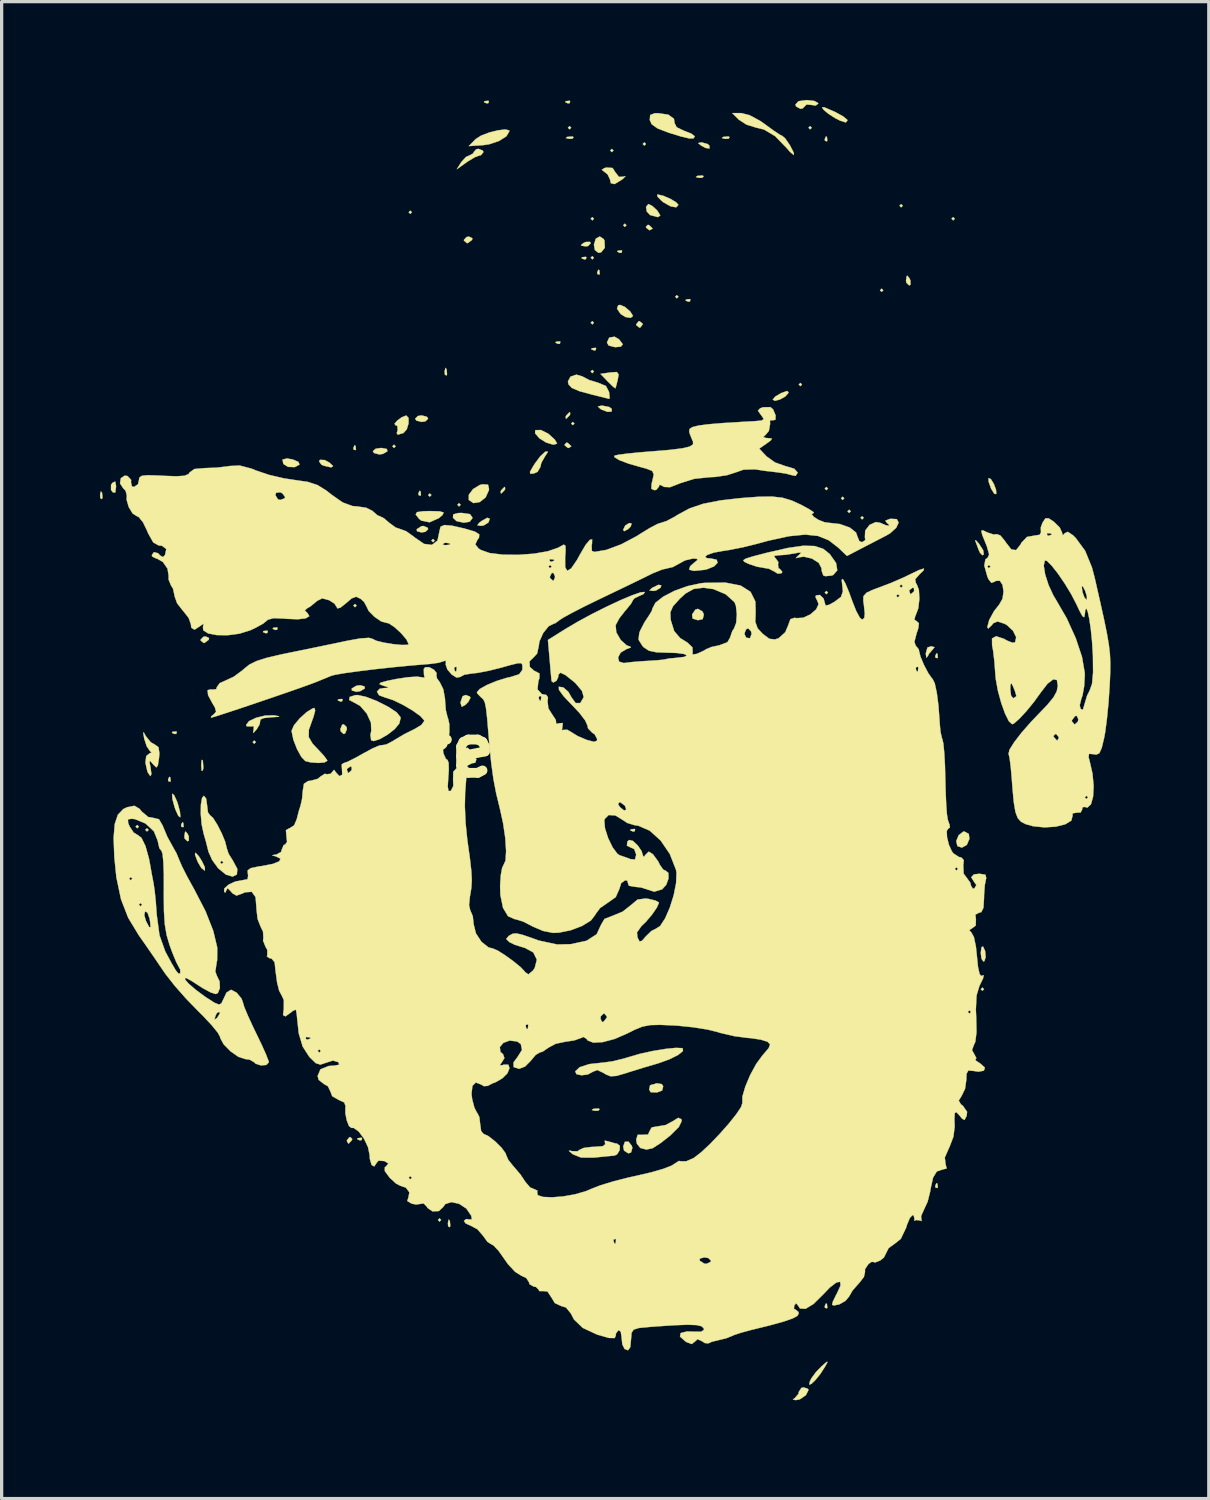
<source format=kicad_pcb>
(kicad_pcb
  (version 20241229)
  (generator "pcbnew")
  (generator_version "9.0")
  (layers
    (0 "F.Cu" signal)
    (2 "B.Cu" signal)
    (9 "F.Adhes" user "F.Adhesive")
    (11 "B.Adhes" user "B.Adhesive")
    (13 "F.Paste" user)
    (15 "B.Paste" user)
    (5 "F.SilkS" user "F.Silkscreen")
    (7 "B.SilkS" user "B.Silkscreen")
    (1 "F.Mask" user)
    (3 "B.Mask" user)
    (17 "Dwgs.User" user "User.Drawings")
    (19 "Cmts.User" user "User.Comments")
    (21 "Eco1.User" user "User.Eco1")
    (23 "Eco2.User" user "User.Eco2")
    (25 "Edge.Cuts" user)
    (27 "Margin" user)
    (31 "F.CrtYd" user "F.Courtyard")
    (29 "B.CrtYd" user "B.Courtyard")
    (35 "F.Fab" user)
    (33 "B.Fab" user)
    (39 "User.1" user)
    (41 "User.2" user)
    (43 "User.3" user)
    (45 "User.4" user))
  (footprint "reid_face"
    (layer "F.Cu")
    (at 14.979 19.849)
    (property "Reference" "reid_face" (at 0 0 0) (layer "F.SilkS") (effects (font (size 1.524 1.524) (thickness 0.3))))
    (attr through_hole)
    (fp_poly (pts (xy -13.791 2.332) (xy -13.841 2.381) (xy -13.891 2.332) (xy -13.841 2.282) (xy -13.791 2.332)) (stroke (width 0.01) (type solid)) (fill yes) (layer "F.SilkS"))
    (fp_poly (pts (xy -13.494 2.431) (xy -13.543 2.48) (xy -13.593 2.431) (xy -13.543 2.381) (xy -13.494 2.431)) (stroke (width 0.01) (type solid)) (fill yes) (layer "F.SilkS"))
    (fp_poly (pts (xy -10.22 -0.248) (xy -10.269 -0.198) (xy -10.319 -0.248) (xy -10.269 -0.298) (xy -10.22 -0.248)) (stroke (width 0.01) (type solid)) (fill yes) (layer "F.SilkS"))
    (fp_poly (pts (xy -7.144 -4.415) (xy -7.193 -4.366) (xy -7.243 -4.415) (xy -7.193 -4.465) (xy -7.144 -4.415)) (stroke (width 0.01) (type solid)) (fill yes) (layer "F.SilkS"))
    (fp_poly (pts (xy -5.953 -9.277) (xy -6.003 -9.227) (xy -6.052 -9.277) (xy -6.003 -9.327) (xy -5.953 -9.277)) (stroke (width 0.01) (type solid)) (fill yes) (layer "F.SilkS"))
    (fp_poly (pts (xy -5.457 -16.421) (xy -5.507 -16.371) (xy -5.556 -16.421) (xy -5.507 -16.47) (xy -5.457 -16.421)) (stroke (width 0.01) (type solid)) (fill yes) (layer "F.SilkS"))
    (fp_poly (pts (xy -4.862 -7.789) (xy -4.911 -7.739) (xy -4.961 -7.789) (xy -4.911 -7.838) (xy -4.862 -7.789)) (stroke (width 0.01) (type solid)) (fill yes) (layer "F.SilkS"))
    (fp_poly (pts (xy -4.763 -6.4) (xy -4.812 -6.35) (xy -4.862 -6.4) (xy -4.812 -6.449) (xy -4.763 -6.4)) (stroke (width 0.01) (type solid)) (fill yes) (layer "F.SilkS"))
    (fp_poly (pts (xy -4.564 14.337) (xy -4.614 14.387) (xy -4.663 14.337) (xy -4.614 14.287) (xy -4.564 14.337)) (stroke (width 0.01) (type solid)) (fill yes) (layer "F.SilkS"))
    (fp_poly (pts (xy -3.969 -7.491) (xy -4.018 -7.441) (xy -4.068 -7.491) (xy -4.018 -7.541) (xy -3.969 -7.491)) (stroke (width 0.01) (type solid)) (fill yes) (layer "F.SilkS"))
    (fp_poly (pts (xy -0.595 -19) (xy -0.645 -18.951) (xy -0.695 -19) (xy -0.645 -19.05) (xy -0.595 -19)) (stroke (width 0.01) (type solid)) (fill yes) (layer "F.SilkS"))
    (fp_poly (pts (xy -0.496 -9.971) (xy -0.546 -9.922) (xy -0.595 -9.971) (xy -0.546 -10.021) (xy -0.496 -9.971)) (stroke (width 0.01) (type solid)) (fill yes) (layer "F.SilkS"))
    (fp_poly (pts (xy 0.099 -16.222) (xy 0.05 -16.173) (xy 0 -16.222) (xy 0.05 -16.272) (xy 0.099 -16.222)) (stroke (width 0.01) (type solid)) (fill yes) (layer "F.SilkS"))
    (fp_poly (pts (xy 0.099 -15.032) (xy 0.05 -14.982) (xy 0 -15.032) (xy 0.05 -15.081) (xy 0.099 -15.032)) (stroke (width 0.01) (type solid)) (fill yes) (layer "F.SilkS"))
    (fp_poly (pts (xy 0.099 -13.047) (xy 0.05 -12.998) (xy 0 -13.047) (xy 0.05 -13.097) (xy 0.099 -13.047)) (stroke (width 0.01) (type solid)) (fill yes) (layer "F.SilkS"))
    (fp_poly (pts (xy 0.099 -11.559) (xy 0.05 -11.509) (xy 0 -11.559) (xy 0.05 -11.609) (xy 0.099 -11.559)) (stroke (width 0.01) (type solid)) (fill yes) (layer "F.SilkS"))
    (fp_poly (pts (xy 0.695 -18.306) (xy 0.645 -18.256) (xy 0.595 -18.306) (xy 0.645 -18.355) (xy 0.695 -18.306)) (stroke (width 0.01) (type solid)) (fill yes) (layer "F.SilkS"))
    (fp_poly (pts (xy 1.091 -16.024) (xy 1.042 -15.974) (xy 0.992 -16.024) (xy 1.042 -16.073) (xy 1.091 -16.024)) (stroke (width 0.01) (type solid)) (fill yes) (layer "F.SilkS"))
    (fp_poly (pts (xy 1.687 -18.504) (xy 1.637 -18.455) (xy 1.587 -18.504) (xy 1.637 -18.554) (xy 1.687 -18.504)) (stroke (width 0.01) (type solid)) (fill yes) (layer "F.SilkS"))
    (fp_poly (pts (xy 2.679 -13.841) (xy 2.629 -13.791) (xy 2.58 -13.841) (xy 2.629 -13.891) (xy 2.679 -13.841)) (stroke (width 0.01) (type solid)) (fill yes) (layer "F.SilkS"))
    (fp_poly (pts (xy 6.449 -11.162) (xy 6.4 -11.113) (xy 6.35 -11.162) (xy 6.4 -11.212) (xy 6.449 -11.162)) (stroke (width 0.01) (type solid)) (fill yes) (layer "F.SilkS"))
    (fp_poly (pts (xy 6.747 -19) (xy 6.697 -18.951) (xy 6.648 -19) (xy 6.697 -19.05) (xy 6.747 -19)) (stroke (width 0.01) (type solid)) (fill yes) (layer "F.SilkS"))
    (fp_poly (pts (xy 7.243 -7.987) (xy 7.193 -7.938) (xy 7.144 -7.987) (xy 7.193 -8.037) (xy 7.243 -7.987)) (stroke (width 0.01) (type solid)) (fill yes) (layer "F.SilkS"))
    (fp_poly (pts (xy 7.243 -4.812) (xy 7.193 -4.763) (xy 7.144 -4.812) (xy 7.193 -4.862) (xy 7.243 -4.812)) (stroke (width 0.01) (type solid)) (fill yes) (layer "F.SilkS"))
    (fp_poly (pts (xy 7.739 -7.689) (xy 7.689 -7.64) (xy 7.64 -7.689) (xy 7.689 -7.739) (xy 7.739 -7.689)) (stroke (width 0.01) (type solid)) (fill yes) (layer "F.SilkS"))
    (fp_poly (pts (xy 7.938 -7.293) (xy 7.888 -7.243) (xy 7.838 -7.293) (xy 7.888 -7.342) (xy 7.938 -7.293)) (stroke (width 0.01) (type solid)) (fill yes) (layer "F.SilkS"))
    (fp_poly (pts (xy 8.334 -7.094) (xy 8.285 -7.045) (xy 8.235 -7.094) (xy 8.285 -7.144) (xy 8.334 -7.094)) (stroke (width 0.01) (type solid)) (fill yes) (layer "F.SilkS"))
    (fp_poly (pts (xy 8.93 -14.039) (xy 8.88 -13.99) (xy 8.83 -14.039) (xy 8.88 -14.089) (xy 8.93 -14.039)) (stroke (width 0.01) (type solid)) (fill yes) (layer "F.SilkS"))
    (fp_poly (pts (xy 9.525 -16.619) (xy 9.475 -16.57) (xy 9.426 -16.619) (xy 9.475 -16.669) (xy 9.525 -16.619)) (stroke (width 0.01) (type solid)) (fill yes) (layer "F.SilkS"))
    (fp_poly (pts (xy 11.113 -16.222) (xy 11.063 -16.173) (xy 11.013 -16.222) (xy 11.063 -16.272) (xy 11.113 -16.222)) (stroke (width 0.01) (type solid)) (fill yes) (layer "F.SilkS"))
    (fp_poly (pts (xy 12.005 7.293) (xy 11.956 7.342) (xy 11.906 7.293) (xy 11.956 7.243) (xy 12.005 7.293)) (stroke (width 0.01) (type solid)) (fill yes) (layer "F.SilkS"))
    (fp_poly (pts (xy -14.914 -7.857) (xy -14.902 -7.702) (xy -14.922 -7.667) (xy -14.967 -7.696) (xy -14.974 -7.797) (xy -14.95 -7.903) (xy -14.914 -7.857)) (stroke (width 0.01) (type solid)) (fill yes) (layer "F.SilkS"))
    (fp_poly (pts (xy -12.832 0.827) (xy -12.82 0.945) (xy -12.832 0.959) (xy -12.891 0.945) (xy -12.898 0.893) (xy -12.862 0.811) (xy -12.832 0.827)) (stroke (width 0.01) (type solid)) (fill yes) (layer "F.SilkS"))
    (fp_poly (pts (xy -12.634 -0.562) (xy -12.647 -0.503) (xy -12.7 -0.496) (xy -12.782 -0.532) (xy -12.766 -0.562) (xy -12.648 -0.574) (xy -12.634 -0.562)) (stroke (width 0.01) (type solid)) (fill yes) (layer "F.SilkS"))
    (fp_poly (pts (xy -12.435 2.216) (xy -12.424 2.334) (xy -12.435 2.348) (xy -12.494 2.335) (xy -12.502 2.282) (xy -12.465 2.2) (xy -12.435 2.216)) (stroke (width 0.01) (type solid)) (fill yes) (layer "F.SilkS"))
    (fp_poly (pts (xy -9.856 -3.638) (xy -9.869 -3.579) (xy -9.922 -3.572) (xy -10.004 -3.608) (xy -9.988 -3.638) (xy -9.87 -3.65) (xy -9.856 -3.638)) (stroke (width 0.01) (type solid)) (fill yes) (layer "F.SilkS"))
    (fp_poly (pts (xy -9.558 -3.737) (xy -9.572 -3.678) (xy -9.624 -3.671) (xy -9.706 -3.707) (xy -9.69 -3.737) (xy -9.573 -3.749) (xy -9.558 -3.737)) (stroke (width 0.01) (type solid)) (fill yes) (layer "F.SilkS"))
    (fp_poly (pts (xy -7.574 -1.554) (xy -7.587 -1.495) (xy -7.64 -1.488) (xy -7.722 -1.525) (xy -7.706 -1.554) (xy -7.588 -1.566) (xy -7.574 -1.554)) (stroke (width 0.01) (type solid)) (fill yes) (layer "F.SilkS"))
    (fp_poly (pts (xy -7.177 -9.293) (xy -7.165 -9.176) (xy -7.177 -9.161) (xy -7.236 -9.175) (xy -7.243 -9.227) (xy -7.207 -9.309) (xy -7.177 -9.293)) (stroke (width 0.01) (type solid)) (fill yes) (layer "F.SilkS"))
    (fp_poly (pts (xy -6.978 11.84) (xy -6.992 11.899) (xy -7.045 11.906) (xy -7.126 11.87) (xy -7.111 11.84) (xy -6.993 11.828) (xy -6.978 11.84)) (stroke (width 0.01) (type solid)) (fill yes) (layer "F.SilkS"))
    (fp_poly (pts (xy -5.192 -7.904) (xy -5.181 -7.787) (xy -5.192 -7.772) (xy -5.251 -7.786) (xy -5.259 -7.838) (xy -5.222 -7.92) (xy -5.192 -7.904)) (stroke (width 0.01) (type solid)) (fill yes) (layer "F.SilkS"))
    (fp_poly (pts (xy -4.397 -11.627) (xy -4.385 -11.472) (xy -4.405 -11.437) (xy -4.45 -11.467) (xy -4.457 -11.567) (xy -4.433 -11.673) (xy -4.397 -11.627)) (stroke (width 0.01) (type solid)) (fill yes) (layer "F.SilkS"))
    (fp_poly (pts (xy -4.298 14.368) (xy -4.286 14.523) (xy -4.306 14.558) (xy -4.351 14.529) (xy -4.358 14.428) (xy -4.334 14.322) (xy -4.298 14.368)) (stroke (width 0.01) (type solid)) (fill yes) (layer "F.SilkS"))
    (fp_poly (pts (xy -3.109 -19.811) (xy -3.122 -19.752) (xy -3.175 -19.745) (xy -3.257 -19.781) (xy -3.241 -19.811) (xy -3.123 -19.823) (xy -3.109 -19.811)) (stroke (width 0.01) (type solid)) (fill yes) (layer "F.SilkS"))
    (fp_poly (pts (xy -0.926 -12.468) (xy -0.94 -12.41) (xy -0.992 -12.402) (xy -1.074 -12.439) (xy -1.058 -12.468) (xy -0.941 -12.48) (xy -0.926 -12.468)) (stroke (width 0.01) (type solid)) (fill yes) (layer "F.SilkS"))
    (fp_poly (pts (xy -0.628 -19.811) (xy -0.642 -19.752) (xy -0.695 -19.745) (xy -0.776 -19.781) (xy -0.761 -19.811) (xy -0.643 -19.823) (xy -0.628 -19.811)) (stroke (width 0.01) (type solid)) (fill yes) (layer "F.SilkS"))
    (fp_poly (pts (xy -0.523 -18.713) (xy -0.553 -18.668) (xy -0.653 -18.661) (xy -0.759 -18.685) (xy -0.713 -18.721) (xy -0.558 -18.733) (xy -0.523 -18.713)) (stroke (width 0.01) (type solid)) (fill yes) (layer "F.SilkS"))
    (fp_poly (pts (xy -0.132 -15.048) (xy -0.146 -14.989) (xy -0.198 -14.982) (xy -0.28 -15.018) (xy -0.265 -15.048) (xy -0.147 -15.06) (xy -0.132 -15.048)) (stroke (width 0.01) (type solid)) (fill yes) (layer "F.SilkS"))
    (fp_poly (pts (xy 0.165 -12.27) (xy 0.152 -12.211) (xy 0.099 -12.204) (xy 0.018 -12.24) (xy 0.033 -12.27) (xy 0.151 -12.282) (xy 0.165 -12.27)) (stroke (width 0.01) (type solid)) (fill yes) (layer "F.SilkS"))
    (fp_poly (pts (xy 0.265 -14.651) (xy 0.276 -14.534) (xy 0.265 -14.519) (xy 0.206 -14.533) (xy 0.198 -14.585) (xy 0.235 -14.667) (xy 0.265 -14.651)) (stroke (width 0.01) (type solid)) (fill yes) (layer "F.SilkS"))
    (fp_poly (pts (xy 0.271 10.953) (xy 0.241 10.998) (xy 0.141 11.005) (xy 0.035 10.981) (xy 0.081 10.946) (xy 0.236 10.934) (xy 0.271 10.953)) (stroke (width 0.01) (type solid)) (fill yes) (layer "F.SilkS"))
    (fp_poly (pts (xy 0.959 -15.247) (xy 0.945 -15.188) (xy 0.893 -15.18) (xy 0.811 -15.217) (xy 0.827 -15.247) (xy 0.945 -15.258) (xy 0.959 -15.247)) (stroke (width 0.01) (type solid)) (fill yes) (layer "F.SilkS"))
    (fp_poly (pts (xy 1.356 2.414) (xy 1.342 2.473) (xy 1.29 2.48) (xy 1.208 2.444) (xy 1.224 2.414) (xy 1.341 2.402) (xy 1.356 2.414)) (stroke (width 0.01) (type solid)) (fill yes) (layer "F.SilkS"))
    (fp_poly (pts (xy 3.043 -13.758) (xy 3.029 -13.699) (xy 2.977 -13.692) (xy 2.895 -13.728) (xy 2.91 -13.758) (xy 3.028 -13.77) (xy 3.043 -13.758)) (stroke (width 0.01) (type solid)) (fill yes) (layer "F.SilkS"))
    (fp_poly (pts (xy 3.446 -17.522) (xy 3.416 -17.477) (xy 3.316 -17.47) (xy 3.21 -17.495) (xy 3.256 -17.53) (xy 3.411 -17.542) (xy 3.446 -17.522)) (stroke (width 0.01) (type solid)) (fill yes) (layer "F.SilkS"))
    (fp_poly (pts (xy 4.24 -18.713) (xy 4.21 -18.668) (xy 4.109 -18.661) (xy 4.003 -18.685) (xy 4.049 -18.721) (xy 4.204 -18.733) (xy 4.24 -18.713)) (stroke (width 0.01) (type solid)) (fill yes) (layer "F.SilkS"))
    (fp_poly (pts (xy 7.21 -18.719) (xy 7.222 -18.602) (xy 7.21 -18.587) (xy 7.151 -18.601) (xy 7.144 -18.653) (xy 7.18 -18.735) (xy 7.21 -18.719)) (stroke (width 0.01) (type solid)) (fill yes) (layer "F.SilkS"))
    (fp_poly (pts (xy 7.21 16.9) (xy 7.222 17.018) (xy 7.21 17.033) (xy 7.151 17.019) (xy 7.144 16.966) (xy 7.18 16.885) (xy 7.21 16.9)) (stroke (width 0.01) (type solid)) (fill yes) (layer "F.SilkS"))
    (fp_poly (pts (xy 10.583 -2.943) (xy 10.595 -2.826) (xy 10.583 -2.811) (xy 10.524 -2.825) (xy 10.517 -2.877) (xy 10.553 -2.959) (xy 10.583 -2.943)) (stroke (width 0.01) (type solid)) (fill yes) (layer "F.SilkS"))
    (fp_poly (pts (xy 10.583 13.229) (xy 10.595 13.347) (xy 10.583 13.361) (xy 10.524 13.348) (xy 10.517 13.295) (xy 10.553 13.214) (xy 10.583 13.229)) (stroke (width 0.01) (type solid)) (fill yes) (layer "F.SilkS"))
    (fp_poly (pts (xy 1.249 -6.92) (xy 1.222 -6.83) (xy 1.143 -6.749) (xy 1.019 -6.685) (xy 0.992 -6.729) (xy 1.054 -6.859) (xy 1.177 -6.935) (xy 1.249 -6.92)) (stroke (width 0.01) (type solid)) (fill yes) (layer "F.SilkS"))
    (fp_poly (pts (xy -14.486 -8.061) (xy -14.486 -8.057) (xy -14.51 -7.867) (xy -14.583 -7.87) (xy -14.64 -7.946) (xy -14.64 -8.101) (xy -14.596 -8.164) (xy -14.511 -8.201) (xy -14.486 -8.061)) (stroke (width 0.01) (type solid)) (fill yes) (layer "F.SilkS"))
    (fp_poly (pts (xy -12.299 2.558) (xy -12.267 2.629) (xy -12.265 2.757) (xy -12.306 2.778) (xy -12.392 2.698) (xy -12.402 2.629) (xy -12.381 2.497) (xy -12.363 2.48) (xy -12.299 2.558)) (stroke (width 0.01) (type solid)) (fill yes) (layer "F.SilkS"))
    (fp_poly (pts (xy -11.842 0.307) (xy -11.837 0.324) (xy -11.823 0.54) (xy -11.841 0.622) (xy -11.874 0.625) (xy -11.887 0.47) (xy -11.887 0.446) (xy -11.873 0.293) (xy -11.842 0.307)) (stroke (width 0.01) (type solid)) (fill yes) (layer "F.SilkS"))
    (fp_poly (pts (xy -11.649 -3.425) (xy -11.658 -3.373) (xy -11.785 -3.278) (xy -11.813 -3.274) (xy -11.904 -3.35) (xy -11.906 -3.373) (xy -11.825 -3.461) (xy -11.752 -3.473) (xy -11.649 -3.425)) (stroke (width 0.01) (type solid)) (fill yes) (layer "F.SilkS"))
    (fp_poly (pts (xy -9.091 -8.874) (xy -8.92 -8.8) (xy -8.887 -8.721) (xy -9.032 -8.642) (xy -9.236 -8.649) (xy -9.38 -8.738) (xy -9.407 -8.872) (xy -9.267 -8.906) (xy -9.091 -8.874)) (stroke (width 0.01) (type solid)) (fill yes) (layer "F.SilkS"))
    (fp_poly (pts (xy -7.453 -0.713) (xy -7.441 -0.645) (xy -7.495 -0.513) (xy -7.541 -0.496) (xy -7.629 -0.576) (xy -7.64 -0.645) (xy -7.586 -0.777) (xy -7.541 -0.794) (xy -7.453 -0.713)) (stroke (width 0.01) (type solid)) (fill yes) (layer "F.SilkS"))
    (fp_poly (pts (xy -7.277 11.868) (xy -7.293 11.906) (xy -7.382 12.001) (xy -7.398 12.005) (xy -7.44 11.929) (xy -7.441 11.906) (xy -7.365 11.811) (xy -7.336 11.807) (xy -7.277 11.868)) (stroke (width 0.01) (type solid)) (fill yes) (layer "F.SilkS"))
    (fp_poly (pts (xy -6.899 -1.945) (xy -6.896 -1.885) (xy -7.035 -1.803) (xy -7.155 -1.786) (xy -7.289 -1.825) (xy -7.293 -1.885) (xy -7.153 -1.968) (xy -7.033 -1.984) (xy -6.899 -1.945)) (stroke (width 0.01) (type solid)) (fill yes) (layer "F.SilkS"))
    (fp_poly (pts (xy -6.225 -9.196) (xy -6.201 -9.128) (xy -6.341 -9.045) (xy -6.455 -9.029) (xy -6.613 -9.072) (xy -6.648 -9.128) (xy -6.563 -9.202) (xy -6.394 -9.227) (xy -6.225 -9.196)) (stroke (width 0.01) (type solid)) (fill yes) (layer "F.SilkS"))
    (fp_poly (pts (xy -4.998 -10.178) (xy -4.961 -10.12) (xy -5.044 -10.04) (xy -5.159 -10.021) (xy -5.321 -10.063) (xy -5.358 -10.12) (xy -5.275 -10.201) (xy -5.159 -10.22) (xy -4.998 -10.178)) (stroke (width 0.01) (type solid)) (fill yes) (layer "F.SilkS"))
    (fp_poly (pts (xy -4.976 -6.791) (xy -4.961 -6.747) (xy -5.044 -6.667) (xy -5.165 -6.648) (xy -5.302 -6.686) (xy -5.308 -6.747) (xy -5.165 -6.838) (xy -5.104 -6.846) (xy -4.976 -6.791)) (stroke (width 0.01) (type solid)) (fill yes) (layer "F.SilkS"))
    (fp_poly (pts (xy -3.612 -15.628) (xy -3.621 -15.577) (xy -3.748 -15.482) (xy -3.776 -15.478) (xy -3.867 -15.554) (xy -3.87 -15.577) (xy -3.789 -15.664) (xy -3.715 -15.677) (xy -3.612 -15.628)) (stroke (width 0.01) (type solid)) (fill yes) (layer "F.SilkS"))
    (fp_poly (pts (xy -3.08 -7.067) (xy -3.121 -6.952) (xy -3.267 -6.861) (xy -3.354 -6.849) (xy -3.459 -6.867) (xy -3.406 -6.938) (xy -3.331 -6.997) (xy -3.155 -7.095) (xy -3.08 -7.067)) (stroke (width 0.01) (type solid)) (fill yes) (layer "F.SilkS"))
    (fp_poly (pts (xy -2.611 -7.973) (xy -2.629 -7.938) (xy -2.723 -7.843) (xy -2.74 -7.838) (xy -2.747 -7.902) (xy -2.729 -7.938) (xy -2.635 -8.032) (xy -2.618 -8.037) (xy -2.611 -7.973)) (stroke (width 0.01) (type solid)) (fill yes) (layer "F.SilkS"))
    (fp_poly (pts (xy -0.695 -9.376) (xy -0.6 -9.287) (xy -0.595 -9.271) (xy -0.672 -9.228) (xy -0.695 -9.227) (xy -0.79 -9.304) (xy -0.794 -9.332) (xy -0.733 -9.392) (xy -0.695 -9.376)) (stroke (width 0.01) (type solid)) (fill yes) (layer "F.SilkS"))
    (fp_poly (pts (xy -0.626 -10.255) (xy -0.645 -10.22) (xy -0.738 -10.125) (xy -0.756 -10.12) (xy -0.763 -10.184) (xy -0.744 -10.22) (xy -0.651 -10.314) (xy -0.633 -10.319) (xy -0.626 -10.255)) (stroke (width 0.01) (type solid)) (fill yes) (layer "F.SilkS"))
    (fp_poly (pts (xy 0 -15.475) (xy -0.08 -15.39) (xy -0.149 -15.379) (xy -0.281 -15.4) (xy -0.298 -15.418) (xy -0.22 -15.482) (xy -0.149 -15.514) (xy -0.021 -15.516) (xy 0 -15.475)) (stroke (width 0.01) (type solid)) (fill yes) (layer "F.SilkS"))
    (fp_poly (pts (xy 0.867 -12.541) (xy 0.981 -12.39) (xy 0.92 -12.318) (xy 0.744 -12.303) (xy 0.549 -12.352) (xy 0.496 -12.444) (xy 0.567 -12.595) (xy 0.729 -12.622) (xy 0.867 -12.541)) (stroke (width 0.01) (type solid)) (fill yes) (layer "F.SilkS"))
    (fp_poly (pts (xy 1.255 12.075) (xy 1.272 12.138) (xy 1.23 12.279) (xy 1.148 12.303) (xy 1.019 12.22) (xy 0.992 12.096) (xy 1.044 11.951) (xy 1.155 11.947) (xy 1.255 12.075)) (stroke (width 0.01) (type solid)) (fill yes) (layer "F.SilkS"))
    (fp_poly (pts (xy 1.585 -13.021) (xy 1.587 -12.998) (xy 1.512 -12.901) (xy 1.488 -12.898) (xy 1.392 -12.974) (xy 1.389 -12.998) (xy 1.465 -13.094) (xy 1.488 -13.097) (xy 1.585 -13.021)) (stroke (width 0.01) (type solid)) (fill yes) (layer "F.SilkS"))
    (fp_poly (pts (xy 1.786 -16.024) (xy 1.881 -15.935) (xy 1.885 -15.919) (xy 1.808 -15.876) (xy 1.786 -15.875) (xy 1.691 -15.951) (xy 1.687 -15.98) (xy 1.748 -16.039) (xy 1.786 -16.024)) (stroke (width 0.01) (type solid)) (fill yes) (layer "F.SilkS"))
    (fp_poly (pts (xy 2.154 -5.034) (xy 2.133 -4.961) (xy 1.992 -4.875) (xy 1.904 -4.863) (xy 1.793 -4.879) (xy 1.865 -4.948) (xy 1.885 -4.961) (xy 2.067 -5.049) (xy 2.154 -5.034)) (stroke (width 0.01) (type solid)) (fill yes) (layer "F.SilkS"))
    (fp_poly (pts (xy 3.414 -4.234) (xy 3.454 -4.142) (xy 3.419 -4.002) (xy 3.274 -3.969) (xy 3.111 -4.019) (xy 3.095 -4.142) (xy 3.193 -4.29) (xy 3.274 -4.316) (xy 3.414 -4.234)) (stroke (width 0.01) (type solid)) (fill yes) (layer "F.SilkS"))
    (fp_poly (pts (xy 3.572 -18.502) (xy 3.621 -18.455) (xy 3.629 -18.367) (xy 3.511 -18.382) (xy 3.373 -18.455) (xy 3.28 -18.532) (xy 3.37 -18.552) (xy 3.392 -18.552) (xy 3.572 -18.502)) (stroke (width 0.01) (type solid)) (fill yes) (layer "F.SilkS"))
    (fp_poly (pts (xy 9.727 -14.408) (xy 9.759 -14.337) (xy 9.761 -14.209) (xy 9.72 -14.188) (xy 9.635 -14.269) (xy 9.624 -14.337) (xy 9.645 -14.469) (xy 9.663 -14.486) (xy 9.727 -14.408)) (stroke (width 0.01) (type solid)) (fill yes) (layer "F.SilkS"))
    (fp_poly (pts (xy 10.495 -3.145) (xy 10.458 -3.099) (xy 10.325 -2.945) (xy 10.292 -2.877) (xy 10.247 -2.822) (xy 10.227 -2.952) (xy 10.279 -3.136) (xy 10.393 -3.173) (xy 10.495 -3.145)) (stroke (width 0.01) (type solid)) (fill yes) (layer "F.SilkS"))
    (fp_poly (pts (xy 12.039 6.129) (xy 12.055 6.311) (xy 12.017 6.437) (xy 11.989 6.449) (xy 11.928 6.364) (xy 11.906 6.185) (xy 11.927 6.015) (xy 11.974 5.988) (xy 12.039 6.129)) (stroke (width 0.01) (type solid)) (fill yes) (layer "F.SilkS"))
    (fp_poly (pts (xy -11.961 3.235) (xy -11.871 3.376) (xy -11.778 3.57) (xy -11.775 3.668) (xy -11.785 3.671) (xy -11.886 3.591) (xy -11.993 3.41) (xy -12.078 3.185) (xy -12.062 3.125) (xy -11.961 3.235)) (stroke (width 0.01) (type solid)) (fill yes) (layer "F.SilkS"))
    (fp_poly (pts (xy -8.117 -8.857) (xy -7.977 -8.781) (xy -7.862 -8.674) (xy -7.913 -8.638) (xy -7.938 -8.637) (xy -8.155 -8.687) (xy -8.221 -8.72) (xy -8.292 -8.822) (xy -8.26 -8.864) (xy -8.117 -8.857)) (stroke (width 0.01) (type solid)) (fill yes) (layer "F.SilkS"))
    (fp_poly (pts (xy -3.688 -1.64) (xy -3.671 -1.6) (xy -3.739 -1.47) (xy -3.82 -1.389) (xy -3.934 -1.325) (xy -3.968 -1.428) (xy -3.969 -1.476) (xy -3.91 -1.647) (xy -3.82 -1.687) (xy -3.688 -1.64)) (stroke (width 0.01) (type solid)) (fill yes) (layer "F.SilkS"))
    (fp_poly (pts (xy -3.684 -7.207) (xy -3.605 -7.094) (xy -3.692 -6.975) (xy -3.875 -6.945) (xy -4.095 -6.994) (xy -4.203 -7.094) (xy -4.196 -7.199) (xy -4.042 -7.24) (xy -3.933 -7.243) (xy -3.684 -7.207)) (stroke (width 0.01) (type solid)) (fill yes) (layer "F.SilkS"))
    (fp_poly (pts (xy 0.398 -15.602) (xy 0.421 -15.553) (xy 0.431 -15.337) (xy 0.32 -15.198) (xy 0.24 -15.18) (xy 0.129 -15.267) (xy 0.099 -15.429) (xy 0.155 -15.614) (xy 0.277 -15.681) (xy 0.398 -15.602)) (stroke (width 0.01) (type solid)) (fill yes) (layer "F.SilkS"))
    (fp_poly (pts (xy 0.566 -10.476) (xy 0.645 -10.418) (xy 0.638 -10.336) (xy 0.511 -10.33) (xy 0.33 -10.398) (xy 0.298 -10.418) (xy 0.218 -10.491) (xy 0.316 -10.515) (xy 0.366 -10.516) (xy 0.566 -10.476)) (stroke (width 0.01) (type solid)) (fill yes) (layer "F.SilkS"))
    (fp_poly (pts (xy 6.038 -10.928) (xy 6.031 -10.901) (xy 5.937 -10.795) (xy 5.774 -10.705) (xy 5.622 -10.665) (xy 5.556 -10.703) (xy 5.636 -10.797) (xy 5.813 -10.9) (xy 5.994 -10.966) (xy 6.038 -10.928)) (stroke (width 0.01) (type solid)) (fill yes) (layer "F.SilkS"))
    (fp_poly (pts (xy 11.54 2.553) (xy 11.559 2.704) (xy 11.481 2.888) (xy 11.33 2.972) (xy 11.193 2.925) (xy 11.157 2.774) (xy 11.231 2.595) (xy 11.368 2.486) (xy 11.405 2.48) (xy 11.54 2.553)) (stroke (width 0.01) (type solid)) (fill yes) (layer "F.SilkS"))
    (fp_poly (pts (xy 11.849 -6.306) (xy 11.98 -6.103) (xy 11.998 -5.975) (xy 11.953 -5.953) (xy 11.88 -6.033) (xy 11.838 -6.127) (xy 11.763 -6.329) (xy 11.735 -6.4) (xy 11.754 -6.411) (xy 11.849 -6.306)) (stroke (width 0.01) (type solid)) (fill yes) (layer "F.SilkS"))
    (fp_poly (pts (xy 0.853 -11.472) (xy 0.827 -11.318) (xy 0.778 -11.123) (xy 0.754 -11.045) (xy 0.685 -11.095) (xy 0.535 -11.241) (xy 0.52 -11.257) (xy 0.298 -11.487) (xy 0.593 -11.53) (xy 0.796 -11.545) (xy 0.853 -11.472)) (stroke (width 0.01) (type solid)) (fill yes) (layer "F.SilkS"))
    (fp_poly (pts (xy 1.046 -13.53) (xy 1.206 -13.392) (xy 1.289 -13.261) (xy 1.29 -13.253) (xy 1.218 -13.197) (xy 1.062 -13.223) (xy 0.913 -13.315) (xy 0.803 -13.48) (xy 0.839 -13.581) (xy 0.9 -13.593) (xy 1.046 -13.53)) (stroke (width 0.01) (type solid)) (fill yes) (layer "F.SilkS"))
    (fp_poly (pts (xy 1.893 -16.602) (xy 2.034 -16.47) (xy 2.125 -16.322) (xy 2.052 -16.272) (xy 1.831 -16.33) (xy 1.811 -16.338) (xy 1.712 -16.443) (xy 1.69 -16.586) (xy 1.757 -16.668) (xy 1.771 -16.669) (xy 1.893 -16.602)) (stroke (width 0.01) (type solid)) (fill yes) (layer "F.SilkS"))
    (fp_poly (pts (xy 2.168 10.19) (xy 2.213 10.253) (xy 2.181 10.385) (xy 2.027 10.444) (xy 1.83 10.437) (xy 1.786 10.355) (xy 1.811 10.231) (xy 1.827 10.22) (xy 1.945 10.189) (xy 2.013 10.164) (xy 2.168 10.19)) (stroke (width 0.01) (type solid)) (fill yes) (layer "F.SilkS"))
    (fp_poly (pts (xy 12.215 -8.275) (xy 12.304 -8.131) (xy 12.371 -7.953) (xy 12.38 -7.822) (xy 12.322 -7.824) (xy 12.229 -7.972) (xy 12.221 -7.989) (xy 12.147 -8.194) (xy 12.142 -8.306) (xy 12.143 -8.306) (xy 12.215 -8.275)) (stroke (width 0.01) (type solid)) (fill yes) (layer "F.SilkS"))
    (fp_poly (pts (xy -4.611 -7.292) (xy -4.488 -7.257) (xy -4.522 -7.18) (xy -4.638 -7.083) (xy -4.92 -6.958) (xy -5.172 -7.01) (xy -5.239 -7.064) (xy -5.341 -7.195) (xy -5.302 -7.268) (xy -5.098 -7.296) (xy -4.911 -7.3) (xy -4.611 -7.292)) (stroke (width 0.01) (type solid)) (fill yes) (layer "F.SilkS"))
    (fp_poly (pts (xy -3.133 -8.106) (xy -3.103 -7.972) (xy -3.108 -7.936) (xy -3.206 -7.718) (xy -3.384 -7.577) (xy -3.579 -7.544) (xy -3.721 -7.64) (xy -3.719 -7.799) (xy -3.59 -7.971) (xy -3.386 -8.096) (xy -3.299 -8.117) (xy -3.133 -8.106)) (stroke (width 0.01) (type solid)) (fill yes) (layer "F.SilkS"))
    (fp_poly (pts (xy -1.292 -9.66) (xy -1.096 -9.481) (xy -1.024 -9.361) (xy -1.116 -9.33) (xy -1.154 -9.33) (xy -1.364 -9.394) (xy -1.565 -9.521) (xy -1.697 -9.673) (xy -1.691 -9.77) (xy -1.691 -9.77) (xy -1.519 -9.774) (xy -1.292 -9.66)) (stroke (width 0.01) (type solid)) (fill yes) (layer "F.SilkS"))
    (fp_poly (pts (xy 2.211 -16.925) (xy 2.428 -16.832) (xy 2.611 -16.722) (xy 2.678 -16.644) (xy 2.609 -16.571) (xy 2.438 -16.602) (xy 2.22 -16.725) (xy 2.169 -16.765) (xy 2.038 -16.898) (xy 2.032 -16.962) (xy 2.039 -16.963) (xy 2.211 -16.925)) (stroke (width 0.01) (type solid)) (fill yes) (layer "F.SilkS"))
    (fp_poly (pts (xy 6.631 19.49) (xy 6.648 19.526) (xy 6.566 19.686) (xy 6.385 19.81) (xy 6.256 19.836) (xy 6.171 19.812) (xy 6.226 19.778) (xy 6.34 19.647) (xy 6.35 19.587) (xy 6.43 19.463) (xy 6.499 19.447) (xy 6.631 19.49)) (stroke (width 0.01) (type solid)) (fill yes) (layer "F.SilkS"))
    (fp_poly (pts (xy 7.23 18.67) (xy 7.16 18.802) (xy 7.012 19.033) (xy 6.862 19.219) (xy 6.74 19.338) (xy 6.672 19.363) (xy 6.687 19.271) (xy 6.734 19.173) (xy 6.878 18.977) (xy 7.05 18.801) (xy 7.202 18.669) (xy 7.23 18.67)) (stroke (width 0.01) (type solid)) (fill yes) (layer "F.SilkS"))
    (fp_poly (pts (xy -12.711 1.377) (xy -12.626 1.564) (xy -12.601 1.637) (xy -12.536 1.881) (xy -12.524 2.032) (xy -12.531 2.047) (xy -12.59 1.997) (xy -12.674 1.81) (xy -12.7 1.736) (xy -12.765 1.493) (xy -12.776 1.341) (xy -12.769 1.326) (xy -12.711 1.377)) (stroke (width 0.01) (type solid)) (fill yes) (layer "F.SilkS"))
    (fp_poly (pts (xy -2.487 -18.918) (xy -2.48 -18.899) (xy -2.569 -18.743) (xy -2.795 -18.598) (xy -3.097 -18.496) (xy -3.276 -18.47) (xy -3.721 -18.44) (xy -3.511 -18.654) (xy -3.345 -18.76) (xy -3.098 -18.854) (xy -2.83 -18.921) (xy -2.606 -18.948) (xy -2.487 -18.918)) (stroke (width 0.01) (type solid)) (fill yes) (layer "F.SilkS"))
    (fp_poly (pts (xy 7.144 -19.618) (xy 7.459 -19.482) (xy 7.705 -19.347) (xy 7.831 -19.243) (xy 7.838 -19.224) (xy 7.787 -19.162) (xy 7.618 -19.214) (xy 7.458 -19.296) (xy 7.258 -19.424) (xy 7.114 -19.544) (xy 7.059 -19.622) (xy 7.128 -19.624) (xy 7.144 -19.618)) (stroke (width 0.01) (type solid)) (fill yes) (layer "F.SilkS"))
    (fp_poly (pts (xy 6.828 -19.817) (xy 6.942 -19.752) (xy 6.945 -19.738) (xy 6.868 -19.677) (xy 6.747 -19.695) (xy 6.59 -19.71) (xy 6.548 -19.669) (xy 6.468 -19.589) (xy 6.4 -19.579) (xy 6.268 -19.65) (xy 6.251 -19.711) (xy 6.342 -19.81) (xy 6.598 -19.844) (xy 6.828 -19.817)) (stroke (width 0.01) (type solid)) (fill yes) (layer "F.SilkS"))
    (fp_poly (pts (xy -1.303 -9.111) (xy -1.382 -8.989) (xy -1.388 -8.982) (xy -1.507 -8.774) (xy -1.536 -8.645) (xy -1.621 -8.498) (xy -1.728 -8.45) (xy -1.842 -8.438) (xy -1.854 -8.494) (xy -1.76 -8.661) (xy -1.708 -8.744) (xy -1.542 -8.968) (xy -1.395 -9.105) (xy -1.369 -9.118) (xy -1.303 -9.111)) (stroke (width 0.01) (type solid)) (fill yes) (layer "F.SilkS"))
    (fp_poly (pts (xy -5.56 -10.145) (xy -5.559 -9.976) (xy -5.614 -9.795) (xy -5.712 -9.685) (xy -5.713 -9.684) (xy -5.886 -9.631) (xy -5.92 -9.68) (xy -5.89 -9.773) (xy -5.902 -9.901) (xy -5.961 -9.922) (xy -5.986 -9.966) (xy -5.901 -10.065) (xy -5.764 -10.165) (xy -5.635 -10.216) (xy -5.631 -10.216) (xy -5.56 -10.145)) (stroke (width 0.01) (type solid)) (fill yes) (layer "F.SilkS"))
    (fp_poly (pts (xy -3.291 -18.302) (xy -3.274 -18.256) (xy -3.351 -18.161) (xy -3.383 -18.157) (xy -3.53 -18.104) (xy -3.751 -17.972) (xy -3.789 -17.945) (xy -4.086 -17.734) (xy -3.954 -17.945) (xy -3.808 -18.108) (xy -3.697 -18.157) (xy -3.581 -18.219) (xy -3.572 -18.256) (xy -3.492 -18.344) (xy -3.423 -18.355) (xy -3.291 -18.302)) (stroke (width 0.01) (type solid)) (fill yes) (layer "F.SilkS"))
    (fp_poly (pts (xy 0.669 -17.772) (xy 0.75 -17.644) (xy 0.863 -17.5) (xy 0.976 -17.505) (xy 1.063 -17.521) (xy 0.987 -17.444) (xy 0.948 -17.413) (xy 0.728 -17.28) (xy 0.614 -17.308) (xy 0.595 -17.408) (xy 0.518 -17.574) (xy 0.435 -17.641) (xy 0.338 -17.717) (xy 0.419 -17.768) (xy 0.481 -17.785) (xy 0.669 -17.772)) (stroke (width 0.01) (type solid)) (fill yes) (layer "F.SilkS"))
    (fp_poly (pts (xy -0.246 -11.408) (xy -0.235 -11.399) (xy -0.042 -11.299) (xy 0.214 -11.222) (xy 0.465 -11.118) (xy 0.56 -10.937) (xy 0.578 -10.768) (xy 0.57 -10.724) (xy 0.468 -10.75) (xy 0.234 -10.808) (xy 0.046 -10.854) (xy -0.344 -10.96) (xy -0.574 -11.058) (xy -0.677 -11.167) (xy -0.695 -11.257) (xy -0.615 -11.404) (xy -0.435 -11.464) (xy -0.246 -11.408)) (stroke (width 0.01) (type solid)) (fill yes) (layer "F.SilkS"))
    (fp_poly (pts (xy 2.369 -19.399) (xy 2.541 -19.274) (xy 2.56 -19.141) (xy 2.625 -19.015) (xy 2.846 -18.908) (xy 2.853 -18.906) (xy 3.07 -18.821) (xy 3.174 -18.74) (xy 3.175 -18.732) (xy 3.137 -18.675) (xy 3.004 -18.675) (xy 2.744 -18.737) (xy 2.381 -18.849) (xy 2.042 -18.978) (xy 1.862 -19.106) (xy 1.804 -19.235) (xy 1.816 -19.389) (xy 1.953 -19.442) (xy 2.052 -19.445) (xy 2.369 -19.399)) (stroke (width 0.01) (type solid)) (fill yes) (layer "F.SilkS"))
    (fp_poly (pts (xy 2.769 11.263) (xy 2.778 11.318) (xy 2.69 11.499) (xy 2.43 11.757) (xy 2.147 11.981) (xy 1.894 12.145) (xy 1.702 12.188) (xy 1.513 12.138) (xy 1.411 12.01) (xy 1.389 11.886) (xy 1.434 11.738) (xy 1.587 11.737) (xy 1.753 11.729) (xy 1.786 11.649) (xy 1.857 11.518) (xy 1.91 11.502) (xy 2.291 11.438) (xy 2.513 11.318) (xy 2.672 11.218) (xy 2.769 11.263)) (stroke (width 0.01) (type solid)) (fill yes) (layer "F.SilkS"))
    (fp_poly (pts (xy 4.854 -19.381) (xy 5.179 -19.205) (xy 5.328 -19.1) (xy 5.585 -18.912) (xy 5.776 -18.786) (xy 5.847 -18.752) (xy 5.935 -18.676) (xy 6.066 -18.488) (xy 6.086 -18.455) (xy 6.201 -18.232) (xy 6.198 -18.167) (xy 6.082 -18.265) (xy 5.982 -18.38) (xy 5.629 -18.744) (xy 5.289 -18.946) (xy 5.051 -19.004) (xy 4.755 -19.095) (xy 4.522 -19.246) (xy 4.322 -19.447) (xy 4.598 -19.447) (xy 4.854 -19.381)) (stroke (width 0.01) (type solid)) (fill yes) (layer "F.SilkS"))
    (fp_poly (pts (xy -9.66 -1.064) (xy -9.509 -1.037) (xy -9.535 -1.02) (xy -9.749 -1.007) (xy -9.754 -1.007) (xy -9.982 -0.981) (xy -10.087 -0.933) (xy -10.085 -0.917) (xy -10.104 -0.791) (xy -10.192 -0.644) (xy -10.294 -0.528) (xy -10.301 -0.574) (xy -10.288 -0.615) (xy -10.282 -0.736) (xy -10.373 -0.728) (xy -10.498 -0.73) (xy -10.517 -0.771) (xy -10.43 -0.887) (xy -10.214 -0.99) (xy -9.939 -1.058) (xy -9.674 -1.066) (xy -9.66 -1.064)) (stroke (width 0.01) (type solid)) (fill yes) (layer "F.SilkS"))
    (fp_poly (pts (xy -6.864 -1.632) (xy -6.529 -1.503) (xy -6.186 -1.33) (xy -5.92 -1.155) (xy -5.798 -0.999) (xy -5.842 -0.815) (xy -5.843 -0.813) (xy -5.984 -0.644) (xy -6.2 -0.476) (xy -6.431 -0.343) (xy -6.62 -0.28) (xy -6.701 -0.304) (xy -6.722 -0.468) (xy -6.697 -0.595) (xy -6.707 -0.842) (xy -6.835 -1.121) (xy -7.035 -1.353) (xy -7.216 -1.453) (xy -7.372 -1.535) (xy -7.356 -1.626) (xy -7.189 -1.681) (xy -7.113 -1.685) (xy -6.864 -1.632)) (stroke (width 0.01) (type solid)) (fill yes) (layer "F.SilkS"))
    (fp_poly (pts (xy -8.409 -1.21) (xy -8.462 -1.013) (xy -8.488 -0.946) (xy -8.602 -0.625) (xy -8.606 -0.402) (xy -8.486 -0.198) (xy -8.337 -0.041) (xy -8.153 0.156) (xy -8.048 0.297) (xy -8.039 0.322) (xy -8.122 0.371) (xy -8.319 0.387) (xy -8.55 0.37) (xy -8.709 0.33) (xy -8.831 0.204) (xy -8.965 -0.039) (xy -9.075 -0.324) (xy -9.127 -0.573) (xy -9.128 -0.599) (xy -9.056 -0.762) (xy -8.882 -0.972) (xy -8.669 -1.165) (xy -8.48 -1.28) (xy -8.431 -1.29) (xy -8.409 -1.21)) (stroke (width 0.01) (type solid)) (fill yes) (layer "F.SilkS"))
    (fp_poly (pts (xy 0.538 11.939) (xy 0.732 11.996) (xy 0.802 12.005) (xy 0.89 12.072) (xy 0.882 12.212) (xy 0.8 12.339) (xy 0.719 12.373) (xy 0.516 12.391) (xy 0.214 12.421) (xy 0.096 12.433) (xy -0.294 12.432) (xy -0.549 12.329) (xy -0.667 12.227) (xy -0.624 12.22) (xy -0.574 12.236) (xy -0.402 12.241) (xy -0.345 12.2) (xy -0.217 12.139) (xy 0.03 12.107) (xy 0.111 12.105) (xy 0.37 12.085) (xy 0.449 12.022) (xy 0.436 11.989) (xy 0.431 11.915) (xy 0.538 11.939)) (stroke (width 0.01) (type solid)) (fill yes) (layer "F.SilkS"))
    (fp_poly (pts (xy -13.579 -0.43) (xy -13.428 -0.244) (xy -13.302 -0.172) (xy -13.191 -0.092) (xy -13.164 0.097) (xy -13.176 0.238) (xy -13.211 0.466) (xy -13.258 0.524) (xy -13.345 0.441) (xy -13.358 0.425) (xy -13.451 0.32) (xy -13.466 0.371) (xy -13.435 0.521) (xy -13.408 0.73) (xy -13.441 0.79) (xy -13.516 0.679) (xy -13.533 0.637) (xy -13.59 0.379) (xy -13.565 0.177) (xy -13.469 0.098) (xy -13.403 0.068) (xy -13.454 0.023) (xy -13.55 -0.119) (xy -13.625 -0.347) (xy -13.659 -0.534) (xy -13.639 -0.542) (xy -13.579 -0.43)) (stroke (width 0.01) (type solid)) (fill yes) (layer "F.SilkS"))
    (fp_poly (pts (xy 2.79 9.092) (xy 2.81 9.101) (xy 2.816 9.182) (xy 2.67 9.299) (xy 2.411 9.429) (xy 2.076 9.551) (xy 2.009 9.571) (xy 1.603 9.69) (xy 1.178 9.822) (xy 1.077 9.855) (xy 0.786 9.94) (xy 0.603 9.951) (xy 0.455 9.89) (xy 0.399 9.853) (xy 0.201 9.759) (xy 0.071 9.811) (xy -0.088 9.896) (xy -0.282 9.92) (xy -0.435 9.886) (xy -0.472 9.801) (xy -0.333 9.672) (xy -0.041 9.579) (xy 0.363 9.535) (xy 0.369 9.535) (xy 0.659 9.496) (xy 1.017 9.409) (xy 1.16 9.365) (xy 1.505 9.265) (xy 1.897 9.179) (xy 2.28 9.116) (xy 2.596 9.084) (xy 2.79 9.092)) (stroke (width 0.01) (type solid)) (fill yes) (layer "F.SilkS"))
    (fp_poly (pts (xy -11.737 1.475) (xy -11.708 1.683) (xy -11.708 1.687) (xy -11.682 1.896) (xy -11.619 1.984) (xy -11.617 1.984) (xy -11.526 2.067) (xy -11.397 2.271) (xy -11.263 2.533) (xy -11.157 2.79) (xy -11.11 2.978) (xy -11.11 2.983) (xy -11.052 3.16) (xy -10.922 3.367) (xy -10.785 3.623) (xy -10.799 3.792) (xy -10.927 3.856) (xy -11.133 3.796) (xy -11.368 3.604) (xy -11.5 3.423) (xy -11.311 3.423) (xy -11.261 3.473) (xy -11.212 3.423) (xy -11.261 3.373) (xy -11.311 3.423) (xy -11.5 3.423) (xy -11.552 3.351) (xy -11.666 3.097) (xy -11.669 3.084) (xy -11.743 2.789) (xy -11.815 2.54) (xy -11.874 2.263) (xy -11.901 1.949) (xy -11.897 1.659) (xy -11.861 1.453) (xy -11.807 1.389) (xy -11.737 1.475)) (stroke (width 0.01) (type solid)) (fill yes) (layer "F.SilkS"))
    (fp_poly (pts (xy 6.835 -6.233) (xy 7.096 -6.148) (xy 7.297 -5.988) (xy 7.49 -5.714) (xy 7.526 -5.492) (xy 7.404 -5.35) (xy 7.348 -5.331) (xy 7.165 -5.313) (xy 7.1 -5.336) (xy 7.051 -5.472) (xy 7.045 -5.557) (xy 6.959 -5.721) (xy 6.753 -5.851) (xy 6.507 -5.908) (xy 6.376 -5.891) (xy 6.261 -5.864) (xy 6.318 -5.927) (xy 6.35 -5.952) (xy 6.427 -6.03) (xy 6.341 -6.032) (xy 6.251 -6.013) (xy 5.946 -5.965) (xy 5.755 -5.953) (xy 5.598 -5.934) (xy 5.626 -5.875) (xy 5.643 -5.863) (xy 5.73 -5.738) (xy 5.717 -5.675) (xy 5.732 -5.557) (xy 5.779 -5.529) (xy 5.848 -5.443) (xy 5.827 -5.403) (xy 5.705 -5.39) (xy 5.634 -5.439) (xy 5.441 -5.54) (xy 5.313 -5.561) (xy 5.075 -5.603) (xy 4.819 -5.689) (xy 4.691 -5.75) (xy 4.655 -5.799) (xy 4.736 -5.85) (xy 4.959 -5.919) (xy 5.348 -6.02) (xy 5.394 -6.032) (xy 6.016 -6.174) (xy 6.486 -6.242) (xy 6.835 -6.233)) (stroke (width 0.01) (type solid)) (fill yes) (layer "F.SilkS"))
    (fp_poly (pts (xy 5.567 -10.404) (xy 5.644 -10.221) (xy 5.639 -10.088) (xy 5.558 -10.07) (xy 5.547 -10.077) (xy 5.472 -10.064) (xy 5.476 -9.958) (xy 5.438 -9.747) (xy 5.361 -9.652) (xy 5.268 -9.558) (xy 5.355 -9.53) (xy 5.405 -9.528) (xy 5.529 -9.515) (xy 5.5 -9.459) (xy 5.373 -9.365) (xy 5.145 -9.206) (xy 5.37 -8.967) (xy 5.625 -8.785) (xy 5.939 -8.673) (xy 5.956 -8.67) (xy 6.214 -8.592) (xy 6.317 -8.476) (xy 6.317 -8.469) (xy 6.254 -8.373) (xy 6.16 -8.391) (xy 5.955 -8.445) (xy 5.673 -8.487) (xy 5.655 -8.488) (xy 5.315 -8.528) (xy 5.011 -8.575) (xy 4.664 -8.564) (xy 4.429 -8.482) (xy 4.159 -8.395) (xy 3.802 -8.342) (xy 3.628 -8.334) (xy 3.162 -8.285) (xy 2.744 -8.155) (xy 2.721 -8.145) (xy 2.422 -8.029) (xy 2.239 -8.037) (xy 2.208 -8.058) (xy 2.101 -8.106) (xy 2.084 -8.049) (xy 2.004 -7.949) (xy 1.942 -7.938) (xy 1.852 -7.981) (xy 1.861 -8.142) (xy 1.885 -8.233) (xy 1.925 -8.421) (xy 1.877 -8.525) (xy 1.698 -8.596) (xy 1.555 -8.634) (xy 1.156 -8.748) (xy 0.869 -8.857) (xy 0.724 -8.947) (xy 0.721 -8.989) (xy 0.836 -9.017) (xy 1.105 -9.053) (xy 1.488 -9.092) (xy 1.865 -9.122) (xy 2.417 -9.168) (xy 2.795 -9.215) (xy 3.023 -9.269) (xy 3.124 -9.337) (xy 3.123 -9.425) (xy 3.105 -9.457) (xy 3.024 -9.659) (xy 3.006 -9.741) (xy 3.022 -9.81) (xy 3.108 -9.865) (xy 3.289 -9.91) (xy 3.586 -9.949) (xy 4.025 -9.986) (xy 4.627 -10.023) (xy 4.983 -10.042) (xy 5.216 -10.063) (xy 5.283 -10.11) (xy 5.216 -10.211) (xy 5.199 -10.231) (xy 5.104 -10.365) (xy 5.174 -10.438) (xy 5.264 -10.469) (xy 5.486 -10.473) (xy 5.567 -10.404)) (stroke (width 0.01) (type solid)) (fill yes) (layer "F.SilkS"))
    (fp_poly (pts (xy -13.773 1.785) (xy -13.702 1.872) (xy -13.506 2.037) (xy -13.34 2.067) (xy -13.177 2.106) (xy -13.059 2.309) (xy -13.05 2.337) (xy -12.921 2.643) (xy -12.789 2.883) (xy -12.643 3.145) (xy -12.56 3.345) (xy -12.478 3.536) (xy -12.326 3.837) (xy -12.134 4.188) (xy -12.105 4.238) (xy -11.757 4.911) (xy -11.519 5.515) (xy -11.398 6.024) (xy -11.402 6.415) (xy -11.412 6.457) (xy -11.457 6.753) (xy -11.409 6.887) (xy -11.327 7.055) (xy -11.318 7.258) (xy -11.379 7.411) (xy -11.446 7.441) (xy -11.606 7.389) (xy -11.848 7.257) (xy -11.946 7.193) (xy -12.179 7.043) (xy -12.339 6.955) (xy -12.369 6.945) (xy -12.382 6.997) (xy -12.264 7.131) (xy -12.047 7.317) (xy -11.765 7.525) (xy -11.74 7.542) (xy -11.484 7.706) (xy -11.342 7.763) (xy -11.27 7.724) (xy -11.242 7.664) (xy -11.114 7.394) (xy -10.976 7.31) (xy -10.807 7.399) (xy -10.801 7.405) (xy -10.658 7.578) (xy -10.616 7.694) (xy -10.575 7.833) (xy -10.463 8.101) (xy -10.302 8.451) (xy -10.22 8.62) (xy -10.043 8.987) (xy -9.907 9.291) (xy -9.832 9.485) (xy -9.823 9.524) (xy -9.9 9.605) (xy -10.067 9.619) (xy -10.227 9.567) (xy -10.269 9.525) (xy -10.408 9.444) (xy -10.542 9.426) (xy -10.753 9.357) (xy -10.994 9.188) (xy -11.201 8.977) (xy -11.308 8.782) (xy -11.311 8.751) (xy -11.379 8.624) (xy -11.56 8.4) (xy -11.726 8.223) (xy -11.484 8.223) (xy -11.411 8.175) (xy -11.398 8.162) (xy -11.319 8.032) (xy -11.33 7.984) (xy -11.404 8.014) (xy -11.453 8.107) (xy -11.484 8.223) (xy -11.726 8.223) (xy -11.824 8.117) (xy -11.991 7.951) (xy -12.347 7.585) (xy -12.694 7.191) (xy -12.972 6.837) (xy -13.035 6.747) (xy -13.304 6.35) (xy -13.607 5.912) (xy -13.788 5.655) (xy -14.112 5.121) (xy -14.147 5.033) (xy -13.626 5.033) (xy -13.573 5.213) (xy -13.474 5.4) (xy -13.432 5.398) (xy -13.451 5.208) (xy -13.464 5.136) (xy -13.527 4.957) (xy -13.601 4.916) (xy -13.626 5.033) (xy -14.147 5.033) (xy -14.272 4.713) (xy -13.791 4.713) (xy -13.742 4.763) (xy -13.692 4.713) (xy -13.742 4.663) (xy -13.791 4.713) (xy -14.272 4.713) (xy -14.336 4.548) (xy -14.468 3.919) (xy -14.089 3.919) (xy -14.039 3.969) (xy -13.99 3.919) (xy -14.039 3.87) (xy -14.089 3.919) (xy -14.468 3.919) (xy -14.477 3.88) (xy -14.539 3.265) (xy -14.561 2.677) (xy -14.527 2.254) (xy -14.479 2.111) (xy -14.125 2.111) (xy -14.117 2.223) (xy -14.071 2.332) (xy -13.948 2.514) (xy -13.837 2.58) (xy -13.712 2.672) (xy -13.588 2.925) (xy -13.484 3.301) (xy -13.451 3.473) (xy -13.395 3.79) (xy -13.341 4.067) (xy -13.341 4.068) (xy -13.308 4.292) (xy -13.273 4.638) (xy -13.245 5.025) (xy -13.161 5.649) (xy -12.986 6.138) (xy -12.971 6.167) (xy -12.782 6.518) (xy -12.661 6.722) (xy -12.588 6.811) (xy -12.54 6.816) (xy -12.527 6.805) (xy -12.529 6.692) (xy -12.566 6.625) (xy -12.649 6.466) (xy -12.764 6.189) (xy -12.851 5.953) (xy -12.942 5.648) (xy -12.998 5.319) (xy -13.025 4.911) (xy -13.03 4.37) (xy -13.028 4.242) (xy -13.029 3.787) (xy -13.043 3.416) (xy -13.067 3.166) (xy -13.098 3.076) (xy -13.165 2.989) (xy -13.213 2.778) (xy -13.215 2.761) (xy -13.332 2.474) (xy -13.585 2.237) (xy -13.909 2.103) (xy -14.013 2.091) (xy -14.125 2.111) (xy -14.479 2.111) (xy -14.432 1.969) (xy -14.267 1.796) (xy -14.149 1.739) (xy -13.928 1.695) (xy -13.773 1.785)) (stroke (width 0.01) (type solid)) (fill yes) (layer "F.SilkS"))
    (fp_poly (pts (xy 14.14 -6.972) (xy 14.315 -6.799) (xy 14.385 -6.648) (xy 14.41 -6.558) (xy 14.469 -6.623) (xy 14.563 -6.667) (xy 14.721 -6.561) (xy 14.808 -6.474) (xy 15.091 -6.088) (xy 15.298 -5.584) (xy 15.384 -5.259) (xy 15.546 -4.545) (xy 15.669 -3.991) (xy 15.757 -3.561) (xy 15.815 -3.221) (xy 15.848 -2.937) (xy 15.86 -2.674) (xy 15.858 -2.397) (xy 15.845 -2.073) (xy 15.84 -1.984) (xy 15.807 -1.475) (xy 15.758 -0.972) (xy 15.703 -0.55) (xy 15.673 -0.384) (xy 15.597 -0.069) (xy 15.525 0.09) (xy 15.431 0.134) (xy 15.352 0.121) (xy 15.211 0.108) (xy 15.196 0.21) (xy 15.223 0.307) (xy 15.315 0.708) (xy 15.351 1.09) (xy 15.334 1.417) (xy 15.269 1.65) (xy 15.16 1.751) (xy 15.068 1.728) (xy 15.002 1.749) (xy 15.004 1.803) (xy 14.953 1.9) (xy 14.847 1.903) (xy 14.711 1.926) (xy 14.707 2.002) (xy 14.67 2.147) (xy 14.483 2.26) (xy 14.195 2.332) (xy 13.852 2.354) (xy 13.503 2.319) (xy 13.271 2.253) (xy 13.132 2.18) (xy 13.033 2.069) (xy 12.964 1.884) (xy 12.914 1.588) (xy 12.9 1.439) (xy 15.081 1.439) (xy 15.131 1.488) (xy 15.18 1.439) (xy 15.131 1.389) (xy 15.081 1.439) (xy 12.9 1.439) (xy 12.873 1.148) (xy 12.852 0.863) (xy 12.821 0.511) (xy 12.786 0.239) (xy 12.754 0.106) (xy 12.783 -0.017) (xy 12.926 -0.245) (xy 13.073 -0.435) (xy 14.123 -0.435) (xy 14.139 -0.397) (xy 14.228 -0.302) (xy 14.244 -0.298) (xy 14.286 -0.374) (xy 14.287 -0.397) (xy 14.211 -0.492) (xy 14.182 -0.496) (xy 14.123 -0.435) (xy 13.073 -0.435) (xy 13.156 -0.543) (xy 13.447 -0.874) (xy 13.46 -0.887) (xy 14.684 -0.887) (xy 14.76 -0.796) (xy 14.784 -0.794) (xy 14.871 -0.875) (xy 14.883 -0.948) (xy 14.835 -1.051) (xy 14.784 -1.042) (xy 14.688 -0.915) (xy 14.684 -0.887) (xy 13.46 -0.887) (xy 13.626 -1.061) (xy 13.936 -1.384) (xy 14.126 -1.615) (xy 14.224 -1.795) (xy 14.258 -1.962) (xy 14.23 -2.144) (xy 14.119 -2.165) (xy 13.946 -2.033) (xy 13.748 -1.778) (xy 13.535 -1.482) (xy 13.3 -1.194) (xy 13.08 -0.958) (xy 12.917 -0.816) (xy 12.865 -0.794) (xy 12.765 -0.883) (xy 12.648 -1.116) (xy 12.531 -1.442) (xy 12.431 -1.809) (xy 12.421 -1.86) (xy 12.806 -1.86) (xy 12.832 -1.663) (xy 12.898 -1.587) (xy 12.989 -1.644) (xy 12.991 -1.662) (xy 12.949 -1.805) (xy 12.898 -1.935) (xy 12.838 -2.052) (xy 12.812 -1.998) (xy 12.806 -1.86) (xy 12.421 -1.86) (xy 12.365 -2.166) (xy 12.35 -2.328) (xy 12.323 -2.703) (xy 12.283 -3.038) (xy 12.252 -3.2) (xy 12.249 -3.411) (xy 12.374 -3.48) (xy 12.612 -3.402) (xy 12.697 -3.352) (xy 12.871 -3.282) (xy 12.953 -3.295) (xy 12.987 -3.449) (xy 12.891 -3.646) (xy 12.704 -3.82) (xy 12.628 -3.862) (xy 12.421 -3.931) (xy 12.293 -3.881) (xy 12.233 -3.808) (xy 12.133 -3.714) (xy 12.105 -3.758) (xy 12.164 -3.977) (xy 12.31 -4.245) (xy 12.468 -4.445) (xy 12.57 -4.624) (xy 12.601 -4.843) (xy 12.571 -5.044) (xy 12.49 -5.172) (xy 12.368 -5.17) (xy 12.343 -5.151) (xy 12.23 -5.108) (xy 12.139 -5.225) (xy 12.106 -5.304) (xy 12.023 -5.606) (xy 12.105 -5.606) (xy 12.154 -5.556) (xy 12.204 -5.606) (xy 12.173 -5.636) (xy 13.828 -5.636) (xy 13.871 -5.366) (xy 13.975 -5.042) (xy 14.123 -4.723) (xy 14.186 -4.62) (xy 14.53 -4.027) (xy 14.806 -3.419) (xy 14.996 -2.847) (xy 15.079 -2.365) (xy 15.081 -2.292) (xy 15.062 -1.955) (xy 15.012 -1.675) (xy 14.977 -1.579) (xy 14.926 -1.373) (xy 14.953 -1.263) (xy 15.022 -1.233) (xy 15.066 -1.382) (xy 15.15 -1.666) (xy 15.232 -1.828) (xy 15.303 -2.032) (xy 15.334 -2.376) (xy 15.329 -2.887) (xy 15.327 -2.927) (xy 15.302 -3.328) (xy 15.264 -3.699) (xy 15.218 -4.01) (xy 15.171 -4.23) (xy 15.128 -4.331) (xy 15.096 -4.283) (xy 15.084 -4.167) (xy 15.063 -4.059) (xy 15.007 -4.094) (xy 14.903 -4.289) (xy 14.835 -4.437) (xy 14.672 -4.754) (xy 14.526 -4.994) (xy 14.988 -4.994) (xy 15.01 -4.826) (xy 15.069 -4.663) (xy 15.133 -4.589) (xy 15.145 -4.595) (xy 15.143 -4.705) (xy 15.09 -4.872) (xy 15.019 -5.008) (xy 14.988 -4.994) (xy 14.526 -4.994) (xy 14.471 -5.086) (xy 14.26 -5.394) (xy 14.068 -5.638) (xy 13.924 -5.779) (xy 13.862 -5.792) (xy 13.828 -5.636) (xy 12.173 -5.636) (xy 12.154 -5.655) (xy 12.105 -5.606) (xy 12.023 -5.606) (xy 12.014 -5.638) (xy 12.048 -5.828) (xy 12.115 -5.874) (xy 12.161 -5.977) (xy 12.091 -6.227) (xy 12.065 -6.291) (xy 11.952 -6.57) (xy 11.921 -6.699) (xy 11.974 -6.712) (xy 12.107 -6.647) (xy 12.3 -6.584) (xy 12.398 -6.595) (xy 12.502 -6.557) (xy 12.641 -6.391) (xy 12.666 -6.351) (xy 12.836 -6.132) (xy 12.983 -6.108) (xy 13.12 -6.278) (xy 13.145 -6.332) (xy 13.317 -6.511) (xy 13.523 -6.548) (xy 13.706 -6.577) (xy 13.726 -6.615) (xy 13.924 -6.615) (xy 13.937 -6.556) (xy 13.99 -6.548) (xy 14.072 -6.585) (xy 14.056 -6.615) (xy 13.938 -6.626) (xy 13.924 -6.615) (xy 13.726 -6.615) (xy 13.743 -6.646) (xy 13.738 -6.801) (xy 13.791 -6.945) (xy 13.879 -7.078) (xy 13.978 -7.079) (xy 14.14 -6.972)) (stroke (width 0.01) (type solid)) (fill yes) (layer "F.SilkS"))
    (fp_poly (pts (xy -10.352 -8.595) (xy -10.199 -8.533) (xy -9.822 -8.406) (xy -9.364 -8.299) (xy -9.036 -8.249) (xy -8.632 -8.19) (xy -8.339 -8.094) (xy -8.069 -7.927) (xy -7.92 -7.809) (xy -7.571 -7.564) (xy -7.273 -7.454) (xy -7.121 -7.441) (xy -6.85 -7.401) (xy -6.658 -7.304) (xy -6.648 -7.293) (xy -6.504 -7.168) (xy -6.437 -7.144) (xy -6.31 -7.08) (xy -6.152 -6.945) (xy -5.953 -6.798) (xy -5.8 -6.747) (xy -5.629 -6.683) (xy -5.411 -6.527) (xy -5.379 -6.499) (xy -5.085 -6.298) (xy -4.842 -6.268) (xy -4.834 -6.275) (xy -4.521 -6.275) (xy -4.424 -6.259) (xy -4.295 -6.277) (xy -4.293 -6.311) (xy -4.426 -6.334) (xy -4.483 -6.319) (xy -4.521 -6.275) (xy -4.834 -6.275) (xy -4.676 -6.401) (xy -4.614 -6.691) (xy -4.614 -6.697) (xy -4.582 -6.823) (xy -4.465 -6.874) (xy -4.228 -6.853) (xy -3.839 -6.764) (xy -3.837 -6.763) (xy -3.536 -6.674) (xy -3.402 -6.591) (xy -3.409 -6.488) (xy -3.465 -6.409) (xy -3.521 -6.281) (xy -3.423 -6.161) (xy -3.355 -6.114) (xy -3.087 -6.019) (xy -2.687 -5.97) (xy -2.216 -5.964) (xy -1.736 -5.999) (xy -1.307 -6.073) (xy -0.989 -6.183) (xy -0.944 -6.209) (xy -0.823 -6.276) (xy -0.77 -6.242) (xy -0.766 -6.068) (xy -0.78 -5.887) (xy -0.779 -5.588) (xy -0.716 -5.476) (xy -0.594 -5.55) (xy -0.417 -5.81) (xy -0.322 -5.983) (xy -0.157 -6.265) (xy -0.028 -6.421) (xy 0.044 -6.437) (xy 0.04 -6.298) (xy 0.029 -6.251) (xy 0.036 -6.085) (xy 0.112 -6.053) (xy 0.48 -6.116) (xy 0.932 -6.285) (xy 1.404 -6.535) (xy 1.508 -6.602) (xy 1.801 -6.782) (xy 2.04 -6.907) (xy 2.158 -6.945) (xy 2.315 -6.996) (xy 2.557 -7.124) (xy 2.656 -7.186) (xy 3.016 -7.381) (xy 3.435 -7.523) (xy 3.962 -7.626) (xy 4.564 -7.695) (xy 5.12 -7.737) (xy 5.533 -7.743) (xy 5.854 -7.707) (xy 6.138 -7.622) (xy 6.424 -7.491) (xy 6.668 -7.357) (xy 6.803 -7.268) (xy 6.809 -7.246) (xy 6.745 -7.207) (xy 6.811 -7.123) (xy 6.958 -7.029) (xy 7.136 -6.96) (xy 7.24 -6.945) (xy 7.605 -6.904) (xy 7.908 -6.797) (xy 8.098 -6.646) (xy 8.136 -6.539) (xy 8.199 -6.383) (xy 8.282 -6.35) (xy 8.382 -6.415) (xy 8.369 -6.503) (xy 8.378 -6.703) (xy 8.511 -6.878) (xy 8.703 -6.965) (xy 8.836 -6.942) (xy 9.012 -6.867) (xy 9.113 -6.852) (xy 9.093 -6.899) (xy 9.045 -6.934) (xy 8.993 -7.006) (xy 9.123 -7.058) (xy 9.154 -7.064) (xy 9.344 -7.054) (xy 9.398 -6.949) (xy 9.326 -6.791) (xy 9.138 -6.621) (xy 9.029 -6.557) (xy 8.716 -6.395) (xy 8.357 -6.209) (xy 8.252 -6.154) (xy 7.822 -5.931) (xy 7.557 -6.184) (xy 7.266 -6.409) (xy 6.939 -6.541) (xy 6.545 -6.582) (xy 6.052 -6.533) (xy 5.428 -6.397) (xy 5.06 -6.297) (xy 4.648 -6.195) (xy 4.221 -6.111) (xy 4.041 -6.084) (xy 3.761 -6.033) (xy 3.566 -5.966) (xy 3.488 -5.903) (xy 3.555 -5.861) (xy 3.665 -5.854) (xy 3.847 -5.815) (xy 3.873 -5.722) (xy 3.766 -5.612) (xy 3.545 -5.522) (xy 3.466 -5.506) (xy 3.148 -5.474) (xy 3.003 -5.513) (xy 3.038 -5.619) (xy 3.133 -5.703) (xy 3.264 -5.811) (xy 3.232 -5.846) (xy 3.12 -5.851) (xy 2.878 -5.794) (xy 2.723 -5.708) (xy 2.505 -5.591) (xy 2.366 -5.559) (xy 2.177 -5.514) (xy 1.908 -5.406) (xy 1.82 -5.364) (xy 1.584 -5.247) (xy 1.218 -5.069) (xy 0.769 -4.853) (xy 0.287 -4.622) (xy 0.248 -4.603) (xy -0.195 -4.387) (xy -0.568 -4.195) (xy -0.838 -4.047) (xy -0.969 -3.961) (xy -0.976 -3.952) (xy -1.089 -3.872) (xy -1.113 -3.87) (xy -1.283 -3.785) (xy -1.45 -3.579) (xy -1.564 -3.323) (xy -1.587 -3.17) (xy -1.636 -2.95) (xy -1.736 -2.841) (xy -1.868 -2.713) (xy -1.858 -2.542) (xy -1.715 -2.418) (xy -1.693 -2.412) (xy -1.564 -2.344) (xy -1.565 -2.202) (xy -1.598 -2.107) (xy -1.623 -1.858) (xy -1.491 -1.714) (xy -1.353 -1.688) (xy -1.304 -1.608) (xy -1.317 -1.495) (xy -1.291 -1.277) (xy -1.186 -1.109) (xy -1.074 -0.941) (xy -1.073 -0.838) (xy -1.058 -0.802) (xy -0.972 -0.822) (xy -0.852 -0.832) (xy -0.864 -0.714) (xy -0.879 -0.609) (xy -0.842 -0.62) (xy -0.712 -0.625) (xy -0.603 -0.56) (xy -0.4 -0.434) (xy -0.128 -0.318) (xy -0.124 -0.317) (xy 0.099 -0.258) (xy 0.189 -0.288) (xy 0.198 -0.342) (xy 0.119 -0.49) (xy 0.05 -0.532) (xy -0.081 -0.668) (xy -0.099 -0.755) (xy -0.167 -0.908) (xy -0.342 -1.138) (xy -0.546 -1.355) (xy -0.823 -1.645) (xy -0.968 -1.844) (xy -0.973 -1.938) (xy -0.836 -1.918) (xy -0.683 -1.785) (xy -0.587 -1.616) (xy -0.46 -1.441) (xy -0.318 -1.441) (xy -0.218 -1.611) (xy -0.214 -1.63) (xy -0.267 -1.812) (xy -0.456 -2.039) (xy -0.512 -2.089) (xy -0.773 -2.297) (xy -0.923 -2.367) (xy -0.986 -2.307) (xy -0.992 -2.232) (xy -1.044 -2.122) (xy -1.141 -2.067) (xy -1.194 -2.108) (xy -1.204 -2.212) (xy -1.226 -2.458) (xy -1.228 -2.48) (xy 9.922 -2.48) (xy 9.958 -2.399) (xy 9.988 -2.414) (xy 10 -2.532) (xy 9.988 -2.547) (xy 9.929 -2.533) (xy 9.922 -2.48) (xy -1.228 -2.48) (xy -1.251 -2.75) (xy -1.305 -3.366) (xy -0.776 -3.698) (xy -0.393 -3.924) (xy 0.039 -4.158) (xy 0.484 -4.381) (xy 0.904 -4.578) (xy 1.263 -4.729) (xy 1.524 -4.82) (xy 1.651 -4.831) (xy 1.653 -4.83) (xy 1.613 -4.767) (xy 1.496 -4.715) (xy 1.332 -4.636) (xy 1.29 -4.581) (xy 1.229 -4.469) (xy 1.079 -4.285) (xy 1.054 -4.258) (xy 0.874 -4.028) (xy 0.763 -3.82) (xy 0.761 -3.813) (xy 0.782 -3.598) (xy 0.916 -3.365) (xy 1.104 -3.198) (xy 1.207 -3.165) (xy 1.227 -3.137) (xy 1.091 -3.086) (xy 0.914 -2.981) (xy 0.836 -2.833) (xy 0.865 -2.706) (xy 1.01 -2.661) (xy 1.042 -2.666) (xy 1.257 -2.692) (xy 1.575 -2.718) (xy 1.736 -2.727) (xy 2.031 -2.746) (xy 2.234 -2.767) (xy 2.282 -2.778) (xy 2.408 -2.802) (xy 2.6 -2.819) (xy 2.858 -2.85) (xy 2.937 -2.893) (xy 2.854 -2.937) (xy 2.625 -2.969) (xy 2.385 -2.977) (xy 2.012 -2.989) (xy 1.778 -3.038) (xy 1.623 -3.139) (xy 1.58 -3.183) (xy 1.461 -3.375) (xy 1.483 -3.576) (xy 1.513 -3.655) (xy 1.644 -3.909) (xy 1.756 -4.076) (xy 1.841 -4.212) (xy 2.431 -4.212) (xy 2.44 -3.998) (xy 2.449 -3.955) (xy 2.548 -3.637) (xy 2.731 -3.424) (xy 2.95 -3.288) (xy 3.105 -3.141) (xy 3.111 -3.024) (xy 3.108 -2.922) (xy 3.238 -2.941) (xy 3.446 -3.036) (xy 3.525 -3.085) (xy 3.691 -3.153) (xy 3.922 -3.202) (xy 4.173 -3.297) (xy 4.251 -3.431) (xy 4.294 -3.553) (xy 4.691 -3.553) (xy 4.745 -3.435) (xy 4.857 -3.42) (xy 4.864 -3.425) (xy 4.911 -3.55) (xy 4.894 -3.631) (xy 4.804 -3.723) (xy 4.738 -3.686) (xy 4.691 -3.553) (xy 4.294 -3.553) (xy 4.324 -3.64) (xy 4.375 -3.716) (xy 4.441 -3.888) (xy 4.461 -4.152) (xy 4.433 -4.407) (xy 4.389 -4.52) (xy 4.122 -4.76) (xy 3.747 -4.919) (xy 3.441 -4.961) (xy 3.146 -4.924) (xy 2.896 -4.785) (xy 2.719 -4.624) (xy 2.513 -4.395) (xy 2.431 -4.212) (xy 1.841 -4.212) (xy 1.863 -4.247) (xy 1.885 -4.327) (xy 1.975 -4.501) (xy 2.214 -4.688) (xy 2.555 -4.865) (xy 2.953 -5.009) (xy 3.361 -5.097) (xy 3.476 -5.109) (xy 4.11 -5.117) (xy 4.576 -5.027) (xy 4.879 -4.836) (xy 5.026 -4.541) (xy 5.035 -4.214) (xy 5.024 -3.919) (xy 5.095 -3.722) (xy 5.247 -3.556) (xy 5.454 -3.401) (xy 5.627 -3.382) (xy 5.737 -3.42) (xy 5.938 -3.601) (xy 6.024 -3.803) (xy 6.096 -4.001) (xy 6.226 -4.043) (xy 6.277 -4.032) (xy 6.486 -4.044) (xy 6.705 -4.146) (xy 6.88 -4.297) (xy 6.955 -4.455) (xy 6.929 -4.534) (xy 6.862 -4.675) (xy 6.875 -4.725) (xy 6.994 -4.74) (xy 7.108 -4.631) (xy 7.144 -4.503) (xy 7.169 -4.418) (xy 7.276 -4.439) (xy 7.439 -4.529) (xy 7.64 -4.68) (xy 7.698 -4.85) (xy 7.682 -5.003) (xy 7.661 -5.203) (xy 7.695 -5.227) (xy 7.776 -5.087) (xy 7.897 -4.794) (xy 7.983 -4.555) (xy 8.103 -4.252) (xy 8.214 -4.047) (xy 8.288 -3.986) (xy 8.351 -4.039) (xy 8.366 -4.174) (xy 8.338 -4.439) (xy 8.321 -4.552) (xy 8.324 -4.7) (xy 8.336 -4.713) (xy 9.327 -4.713) (xy 9.376 -4.663) (xy 9.426 -4.713) (xy 9.376 -4.763) (xy 9.327 -4.713) (xy 8.336 -4.713) (xy 8.418 -4.807) (xy 8.538 -4.862) (xy 9.723 -4.862) (xy 9.757 -4.765) (xy 9.767 -4.763) (xy 9.852 -4.832) (xy 9.872 -4.862) (xy 9.864 -4.953) (xy 9.829 -4.961) (xy 9.727 -4.889) (xy 9.723 -4.862) (xy 8.538 -4.862) (xy 8.644 -4.91) (xy 8.782 -4.96) (xy 8.916 -5.011) (xy 9.426 -5.011) (xy 9.475 -4.961) (xy 9.525 -5.011) (xy 9.475 -5.06) (xy 9.426 -5.011) (xy 8.916 -5.011) (xy 9.172 -5.109) (xy 9.568 -5.281) (xy 9.696 -5.344) (xy 10.017 -5.498) (xy 10.172 -5.547) (xy 10.162 -5.491) (xy 10.04 -5.374) (xy 9.903 -5.218) (xy 9.927 -5.097) (xy 9.948 -5.074) (xy 10.017 -4.897) (xy 10.032 -4.619) (xy 9.998 -4.329) (xy 9.918 -4.116) (xy 9.908 -4.102) (xy 9.881 -3.983) (xy 9.943 -3.944) (xy 10.017 -3.878) (xy 10 -3.725) (xy 9.946 -3.563) (xy 9.88 -3.305) (xy 9.921 -3.192) (xy 9.921 -3.192) (xy 10.015 -3.078) (xy 10.021 -3.033) (xy 10.066 -2.855) (xy 10.174 -2.6) (xy 10.306 -2.35) (xy 10.42 -2.19) (xy 10.436 -2.176) (xy 10.502 -2.041) (xy 10.564 -1.753) (xy 10.615 -1.357) (xy 10.648 -0.9) (xy 10.651 -0.843) (xy 10.676 -0.565) (xy 10.72 -0.371) (xy 10.732 -0.345) (xy 10.764 -0.206) (xy 10.792 0.08) (xy 10.813 0.462) (xy 10.818 0.647) (xy 10.833 1.236) (xy 10.851 1.658) (xy 10.872 1.946) (xy 10.902 2.13) (xy 10.941 2.243) (xy 10.953 2.265) (xy 10.961 2.368) (xy 10.922 2.381) (xy 10.868 2.461) (xy 10.876 2.653) (xy 10.933 2.885) (xy 11.025 3.088) (xy 11.073 3.15) (xy 11.242 3.258) (xy 11.315 3.274) (xy 11.388 3.355) (xy 11.372 3.511) (xy 11.383 3.766) (xy 11.461 3.87) (xy 11.586 4.042) (xy 11.609 4.136) (xy 11.664 4.226) (xy 11.716 4.211) (xy 11.771 4.112) (xy 11.716 4.037) (xy 11.614 3.877) (xy 11.697 3.789) (xy 11.867 3.77) (xy 12.05 3.8) (xy 12.073 3.905) (xy 12.066 3.927) (xy 12.028 4.121) (xy 12.007 4.415) (xy 12.005 4.523) (xy 11.987 4.81) (xy 11.921 4.941) (xy 11.85 4.961) (xy 11.742 5.017) (xy 11.758 5.16) (xy 11.752 5.351) (xy 11.657 5.422) (xy 11.554 5.492) (xy 11.62 5.563) (xy 11.697 5.704) (xy 11.758 5.994) (xy 11.789 6.292) (xy 11.821 6.612) (xy 11.868 6.826) (xy 11.918 6.889) (xy 11.918 6.889) (xy 11.995 6.865) (xy 11.977 6.961) (xy 11.864 7.195) (xy 11.777 7.486) (xy 11.756 7.916) (xy 11.767 8.161) (xy 11.776 8.603) (xy 11.74 8.898) (xy 11.698 8.991) (xy 11.638 9.151) (xy 11.708 9.277) (xy 11.772 9.398) (xy 11.745 9.429) (xy 11.754 9.471) (xy 11.895 9.564) (xy 12.032 9.687) (xy 12.001 9.78) (xy 11.833 9.811) (xy 11.677 9.787) (xy 11.528 9.774) (xy 11.471 9.874) (xy 11.466 10.05) (xy 11.426 10.332) (xy 11.325 10.544) (xy 11.233 10.692) (xy 11.298 10.804) (xy 11.36 10.852) (xy 11.489 11.036) (xy 11.473 11.163) (xy 11.411 11.283) (xy 11.336 11.246) (xy 11.262 11.153) (xy 11.162 11.045) (xy 11.112 11.074) (xy 11.101 11.262) (xy 11.11 11.488) (xy 11.07 11.798) (xy 10.949 12.116) (xy 10.934 12.142) (xy 10.808 12.432) (xy 10.832 12.635) (xy 10.832 12.635) (xy 10.865 12.765) (xy 10.732 12.799) (xy 10.731 12.799) (xy 10.564 12.856) (xy 10.449 13.045) (xy 10.372 13.397) (xy 10.361 13.472) (xy 10.284 13.779) (xy 10.17 14.026) (xy 10.084 14.219) (xy 10.095 14.336) (xy 10.101 14.374) (xy 10.054 14.352) (xy 9.924 14.337) (xy 9.897 14.361) (xy 9.876 14.36) (xy 9.885 14.312) (xy 9.858 14.199) (xy 9.823 14.188) (xy 9.742 14.274) (xy 9.652 14.489) (xy 9.629 14.569) (xy 9.465 14.914) (xy 9.277 15.063) (xy 9.094 15.195) (xy 9.029 15.324) (xy 8.95 15.483) (xy 8.83 15.577) (xy 8.677 15.635) (xy 8.632 15.618) (xy 8.57 15.617) (xy 8.479 15.68) (xy 8.373 15.838) (xy 8.372 15.93) (xy 8.339 16.075) (xy 8.195 16.262) (xy 8.18 16.277) (xy 7.995 16.486) (xy 7.886 16.674) (xy 7.777 16.805) (xy 7.593 16.911) (xy 7.421 16.947) (xy 7.368 16.926) (xy 7.391 16.829) (xy 7.488 16.63) (xy 7.511 16.589) (xy 7.626 16.338) (xy 7.615 16.223) (xy 7.5 16.244) (xy 7.297 16.4) (xy 7.111 16.595) (xy 6.803 16.899) (xy 6.557 17.049) (xy 6.388 17.038) (xy 6.327 16.946) (xy 6.271 16.879) (xy 6.213 16.946) (xy 6.204 17.052) (xy 6.245 17.066) (xy 6.342 17.144) (xy 6.35 17.192) (xy 6.307 17.265) (xy 6.163 17.343) (xy 5.894 17.436) (xy 5.476 17.552) (xy 4.911 17.691) (xy 4.606 17.773) (xy 4.376 17.848) (xy 4.309 17.879) (xy 4.138 17.947) (xy 3.925 17.999) (xy 3.705 18.052) (xy 3.594 18.102) (xy 3.485 18.094) (xy 3.4 18.039) (xy 3.262 17.974) (xy 3.181 18.049) (xy 3.086 18.124) (xy 2.93 18.067) (xy 2.89 18.043) (xy 2.726 17.895) (xy 2.746 17.789) (xy 2.938 17.74) (xy 3.12 17.745) (xy 3.369 17.748) (xy 3.456 17.692) (xy 3.451 17.645) (xy 3.387 17.582) (xy 3.231 17.545) (xy 2.957 17.535) (xy 2.542 17.55) (xy 1.96 17.589) (xy 1.786 17.603) (xy 1.474 17.633) (xy 1.311 17.683) (xy 1.247 17.781) (xy 1.234 17.949) (xy 1.209 18.218) (xy 1.139 18.314) (xy 1.036 18.276) (xy 0.965 18.135) (xy 0.945 17.932) (xy 0.918 17.747) (xy 0.848 17.697) (xy 0.766 17.811) (xy 0.769 17.847) (xy 0.735 17.94) (xy 0.561 17.939) (xy 0.23 17.845) (xy 0.185 17.83) (xy -0.243 17.63) (xy -0.51 17.374) (xy -0.603 17.194) (xy -0.753 17.008) (xy -0.893 16.966) (xy -1.094 16.874) (xy -1.194 16.708) (xy -1.319 16.52) (xy -1.44 16.507) (xy -1.567 16.508) (xy -1.587 16.467) (xy -1.668 16.382) (xy -1.736 16.371) (xy -1.868 16.297) (xy -1.885 16.233) (xy -1.969 16.106) (xy -2.118 16.037) (xy -2.307 15.919) (xy -2.526 15.683) (xy -2.6 15.577) (xy 3.324 15.577) (xy 3.467 15.669) (xy 3.528 15.677) (xy 3.656 15.621) (xy 3.671 15.577) (xy 3.588 15.498) (xy 3.467 15.478) (xy 3.33 15.516) (xy 3.324 15.577) (xy -2.6 15.577) (xy -2.633 15.53) (xy -2.812 15.278) (xy -2.964 15.116) (xy -3.029 15.081) (xy -3.153 15.003) (xy -3.167 14.982) (xy 0.695 14.982) (xy 0.731 15.064) (xy 0.761 15.048) (xy 0.773 14.93) (xy 0.761 14.916) (xy 0.702 14.93) (xy 0.695 14.982) (xy -3.167 14.982) (xy -3.276 14.831) (xy -3.454 14.623) (xy -3.64 14.522) (xy -3.817 14.442) (xy -3.87 14.365) (xy -3.797 14.307) (xy -3.726 14.321) (xy -3.627 14.319) (xy -3.645 14.208) (xy -3.795 13.988) (xy -4.017 13.843) (xy -4.252 13.791) (xy -4.439 13.852) (xy -4.501 13.94) (xy -4.635 14.065) (xy -4.828 14.074) (xy -4.982 13.968) (xy -4.999 13.934) (xy -5.098 13.832) (xy -5.16 13.841) (xy -5.328 13.865) (xy -5.463 13.839) (xy -5.599 13.757) (xy -5.564 13.652) (xy -5.534 13.494) (xy -5.64 13.35) (xy -5.806 13.295) (xy -5.941 13.226) (xy -6.123 13.058) (xy -6.133 13.047) (xy -5.556 13.047) (xy -5.507 13.097) (xy -5.457 13.047) (xy -5.507 12.998) (xy -5.556 13.047) (xy -6.133 13.047) (xy -6.144 13.035) (xy -6.284 12.844) (xy -6.285 12.732) (xy -6.239 12.693) (xy -6.175 12.614) (xy -6.293 12.54) (xy -6.297 12.539) (xy -6.474 12.526) (xy -6.526 12.583) (xy -6.607 12.703) (xy -6.688 12.657) (xy -6.74 12.474) (xy -6.747 12.358) (xy -6.797 12.112) (xy -6.92 11.854) (xy -7.079 11.639) (xy -7.235 11.527) (xy -7.303 11.527) (xy -7.377 11.471) (xy -7.446 11.294) (xy -7.489 11.075) (xy -7.486 10.891) (xy -7.479 10.868) (xy -7.523 10.749) (xy -7.684 10.676) (xy -7.89 10.559) (xy -7.917 10.485) (xy -3.638 10.485) (xy -3.617 10.654) (xy -3.551 10.905) (xy -3.474 11.059) (xy -3.461 11.07) (xy -3.398 11.198) (xy -3.373 11.416) (xy -3.344 11.622) (xy -3.273 11.708) (xy -3.125 11.775) (xy -2.92 11.935) (xy -2.723 12.13) (xy -2.597 12.301) (xy -2.58 12.356) (xy -2.515 12.503) (xy -2.359 12.698) (xy -2.346 12.711) (xy -2.142 12.951) (xy -1.996 13.171) (xy -1.852 13.342) (xy -1.727 13.395) (xy -1.625 13.44) (xy -1.633 13.487) (xy -1.616 13.582) (xy -1.45 13.634) (xy -1.177 13.645) (xy -0.841 13.618) (xy -0.484 13.555) (xy -0.15 13.46) (xy 0.033 13.382) (xy 0.295 13.28) (xy 0.689 13.16) (xy 1.15 13.042) (xy 1.422 12.982) (xy 1.855 12.881) (xy 2.22 12.775) (xy 2.469 12.679) (xy 2.548 12.627) (xy 2.693 12.535) (xy 2.771 12.547) (xy 2.921 12.544) (xy 3.138 12.449) (xy 3.15 12.442) (xy 3.371 12.271) (xy 3.644 12.016) (xy 3.935 11.713) (xy 4.212 11.4) (xy 4.441 11.113) (xy 4.591 10.889) (xy 4.629 10.769) (xy 4.631 10.569) (xy 4.72 10.264) (xy 4.868 9.913) (xy 5.052 9.575) (xy 5.247 9.308) (xy 5.258 9.296) (xy 5.432 9.094) (xy 5.475 8.979) (xy 5.405 8.903) (xy 5.39 8.894) (xy 5.196 8.834) (xy 4.898 8.788) (xy 4.773 8.778) (xy 4.375 8.725) (xy 3.959 8.628) (xy 3.87 8.6) (xy 3.557 8.523) (xy 3.127 8.455) (xy 2.661 8.407) (xy 2.549 8.4) (xy 2.115 8.381) (xy 1.813 8.389) (xy 1.576 8.436) (xy 1.337 8.533) (xy 1.125 8.64) (xy 0.734 8.811) (xy 0.37 8.908) (xy 0.079 8.924) (xy -0.097 8.855) (xy -0.122 8.813) (xy -0.219 8.75) (xy -0.304 8.786) (xy -0.499 8.855) (xy -0.773 8.897) (xy -0.781 8.898) (xy -1.065 8.958) (xy -1.283 9.073) (xy -1.284 9.074) (xy -1.461 9.196) (xy -1.559 9.227) (xy -1.683 9.302) (xy -1.826 9.475) (xy -2.005 9.655) (xy -2.185 9.723) (xy -2.352 9.67) (xy -2.355 9.527) (xy -2.232 9.362) (xy -2.097 9.146) (xy -2.133 8.966) (xy -2.246 8.888) (xy -2.475 8.861) (xy -2.665 8.931) (xy -2.773 9.058) (xy -2.757 9.204) (xy -2.674 9.28) (xy -2.634 9.396) (xy -2.699 9.503) (xy -2.774 9.616) (xy -2.7 9.613) (xy -2.654 9.596) (xy -2.514 9.596) (xy -2.478 9.703) (xy -2.542 9.861) (xy -2.698 10.015) (xy -2.704 10.018) (xy -2.893 10.128) (xy -2.993 10.166) (xy -3.118 10.23) (xy -3.133 10.243) (xy -3.259 10.253) (xy -3.344 10.203) (xy -3.506 10.141) (xy -3.61 10.244) (xy -3.638 10.485) (xy -7.917 10.485) (xy -7.938 10.428) (xy -8.021 10.255) (xy -8.136 10.191) (xy -8.302 10.062) (xy -8.334 9.942) (xy -8.249 9.739) (xy -7.995 9.637) (xy -7.81 9.624) (xy -7.672 9.596) (xy -7.704 9.52) (xy -7.867 9.471) (xy -8.068 9.535) (xy -8.249 9.595) (xy -8.39 9.552) (xy -8.566 9.381) (xy -8.595 9.348) (xy -8.704 9.178) (xy -8.334 9.178) (xy -8.285 9.227) (xy -8.235 9.178) (xy -8.285 9.128) (xy -8.334 9.178) (xy -8.704 9.178) (xy -8.791 9.044) (xy -8.874 8.764) (xy -8.698 8.764) (xy -8.685 8.823) (xy -8.632 8.83) (xy -8.55 8.794) (xy -8.566 8.764) (xy -8.684 8.752) (xy -8.698 8.764) (xy -8.874 8.764) (xy -8.91 8.644) (xy -8.933 8.434) (xy -1.984 8.434) (xy -1.948 8.515) (xy -1.918 8.5) (xy -1.906 8.382) (xy -1.918 8.367) (xy -1.977 8.381) (xy -1.984 8.434) (xy -8.933 8.434) (xy -8.959 8.191) (xy 0.298 8.191) (xy 0.346 8.294) (xy 0.397 8.285) (xy 0.492 8.158) (xy 0.496 8.13) (xy 0.42 8.039) (xy 0.397 8.037) (xy 0.31 8.117) (xy 0.298 8.191) (xy -8.959 8.191) (xy -8.968 8.101) (xy -8.97 8.069) (xy -8.984 7.987) (xy 11.509 7.987) (xy 11.559 8.037) (xy 11.609 7.987) (xy 11.559 7.938) (xy 11.509 7.987) (xy -8.984 7.987) (xy -8.995 7.92) (xy -9.082 7.948) (xy -9.136 7.994) (xy -9.316 8.122) (xy -9.39 8.082) (xy -9.367 7.887) (xy -9.365 7.626) (xy -9.429 7.488) (xy -9.508 7.341) (xy -9.57 7.097) (xy -9.622 6.714) (xy -9.646 6.474) (xy -9.737 6.361) (xy -9.795 6.35) (xy -9.883 6.295) (xy -9.87 6.246) (xy -9.871 6.093) (xy -9.924 6) (xy -10 5.811) (xy -9.99 5.718) (xy -10.001 5.535) (xy -10.076 5.381) (xy -10.167 5.148) (xy -10.201 4.847) (xy -10.201 4.82) (xy -10.229 4.482) (xy -10.345 4.321) (xy -10.551 4.335) (xy -10.623 4.369) (xy -10.81 4.437) (xy -10.938 4.363) (xy -10.981 4.31) (xy -11.084 4.206) (xy -11.113 4.264) (xy -11.152 4.343) (xy -11.187 4.324) (xy -11.184 4.221) (xy -11.05 4.101) (xy -10.843 4.005) (xy -10.64 3.969) (xy -10.471 3.936) (xy -10.455 3.812) (xy -10.463 3.783) (xy -10.471 3.669) (xy -10.377 3.599) (xy -10.138 3.548) (xy -10.028 3.533) (xy -9.697 3.468) (xy -9.504 3.389) (xy -9.468 3.309) (xy -9.598 3.244) (xy -9.721 3.206) (xy -9.65 3.19) (xy -9.599 3.187) (xy -9.452 3.107) (xy -9.426 3.026) (xy -9.371 2.894) (xy -9.325 2.877) (xy -9.268 2.796) (xy -9.286 2.629) (xy -9.302 2.44) (xy -9.204 2.382) (xy -9.19 2.381) (xy -9.052 2.293) (xy -8.973 2.108) (xy -8.907 1.85) (xy -8.855 1.687) (xy -8.809 1.481) (xy -8.788 1.241) (xy -8.752 1.023) (xy -8.625 0.94) (xy -8.547 0.931) (xy -8.332 0.873) (xy -8.235 0.794) (xy -8.111 0.717) (xy -8.056 0.732) (xy -7.932 0.718) (xy -7.896 0.67) (xy -7.831 0.597) (xy -7.78 0.67) (xy -7.67 0.79) (xy -7.584 0.747) (xy -7.59 0.595) (xy -7.441 0.595) (xy -7.408 0.692) (xy -7.398 0.695) (xy -7.313 0.625) (xy -7.293 0.595) (xy -7.3 0.504) (xy -7.336 0.496) (xy -7.437 0.568) (xy -7.441 0.595) (xy -7.59 0.595) (xy -7.601 0.438) (xy -7.552 0.397) (xy -7.417 0.35) (xy -7.173 0.227) (xy -6.943 0.098) (xy -6.661 -0.055) (xy -6.447 -0.145) (xy -6.362 -0.156) (xy -6.239 -0.176) (xy -6.033 -0.284) (xy -5.997 -0.308) (xy -5.688 -0.492) (xy -5.374 -0.648) (xy -5.168 -0.771) (xy -5.081 -0.893) (xy -5.084 -0.914) (xy -5.196 -1.041) (xy -5.43 -1.209) (xy -5.725 -1.383) (xy -6.018 -1.526) (xy -6.249 -1.603) (xy -6.259 -1.604) (xy -6.458 -1.678) (xy -6.524 -1.787) (xy -6.444 -1.875) (xy -6.333 -1.895) (xy -6.176 -1.906) (xy -6.2 -1.931) (xy -6.35 -1.976) (xy -6.449 -2.019) (xy -6.41 -2.063) (xy -6.213 -2.118) (xy -5.935 -2.175) (xy -5.582 -2.229) (xy -5.299 -2.247) (xy -5.149 -2.226) (xy -5.068 -2.213) (xy -5.089 -2.312) (xy -5.094 -2.48) (xy -5.051 -2.535) (xy -4.925 -2.534) (xy -4.78 -2.454) (xy -4.699 -2.35) (xy -4.711 -2.301) (xy -4.694 -2.198) (xy -4.604 -2.073) (xy -4.498 -1.859) (xy -4.446 -1.564) (xy -4.445 -1.519) (xy -4.422 -1.224) (xy -4.365 -0.993) (xy -4.354 -0.971) (xy -4.315 -0.8) (xy -4.314 -0.556) (xy -4.343 -0.306) (xy -4.394 -0.115) (xy -4.459 -0.048) (xy -4.468 -0.052) (xy -4.509 -0.013) (xy -4.494 0.099) (xy -4.421 0.26) (xy -4.369 0.298) (xy -4.336 0.386) (xy -4.331 0.614) (xy -4.345 0.808) (xy -4.363 1.109) (xy -4.339 1.244) (xy -4.27 1.243) (xy -4.192 1.09) (xy -4.2 0.901) (xy -4.194 0.657) (xy -4.062 0.515) (xy -3.911 0.327) (xy -3.87 0.148) (xy -3.841 -0.057) (xy -3.752 -0.074) (xy -3.611 0.074) (xy -3.489 0.281) (xy -3.525 0.382) (xy -3.621 0.397) (xy -3.756 0.464) (xy -3.776 0.521) (xy -3.786 0.679) (xy -3.807 0.969) (xy -3.832 1.289) (xy -3.841 1.71) (xy -3.818 2.223) (xy -3.767 2.724) (xy -3.76 2.777) (xy -3.686 3.306) (xy -3.643 3.687) (xy -3.629 3.969) (xy -3.642 4.199) (xy -3.679 4.427) (xy -3.687 4.465) (xy -3.713 4.727) (xy -3.674 4.897) (xy -3.666 4.906) (xy -3.599 5.066) (xy -3.572 5.311) (xy -3.504 5.587) (xy -3.335 5.846) (xy -3.118 6.018) (xy -2.984 6.052) (xy -2.845 6.11) (xy -2.616 6.254) (xy -2.36 6.439) (xy -2.137 6.622) (xy -2.009 6.757) (xy -2.001 6.771) (xy -1.903 6.841) (xy -1.763 6.726) (xy -1.708 6.645) (xy -1.643 6.391) (xy -1.752 6.171) (xy -2.013 6.029) (xy -2.055 6.019) (xy -2.315 5.938) (xy -2.48 5.857) (xy -2.579 5.76) (xy -2.502 5.669) (xy -2.48 5.654) (xy -2.383 5.601) (xy -2.269 5.59) (xy -2.091 5.63) (xy -1.801 5.729) (xy -1.587 5.807) (xy -1.026 5.928) (xy -0.61 5.919) (xy -0.127 5.815) (xy 0.182 5.616) (xy 0.317 5.326) (xy 0.421 5.148) (xy 0.673 5.051) (xy 0.976 4.926) (xy 1.218 4.735) (xy 1.43 4.558) (xy 1.674 4.525) (xy 1.761 4.536) (xy 1.98 4.588) (xy 2.083 4.647) (xy 2.084 4.652) (xy 2.022 4.798) (xy 1.872 5.016) (xy 1.684 5.239) (xy 1.549 5.367) (xy 1.412 5.562) (xy 1.429 5.714) (xy 1.491 5.836) (xy 1.567 5.815) (xy 1.685 5.68) (xy 1.851 5.518) (xy 1.973 5.457) (xy 2.118 5.367) (xy 2.272 5.131) (xy 2.416 4.8) (xy 2.534 4.424) (xy 2.607 4.055) (xy 2.619 3.742) (xy 2.603 3.647) (xy 2.593 3.621) (xy 11.113 3.621) (xy 11.162 3.671) (xy 11.212 3.621) (xy 11.162 3.572) (xy 11.113 3.621) (xy 2.593 3.621) (xy 2.415 3.166) (xy 2.136 2.756) (xy 1.801 2.454) (xy 1.446 2.301) (xy 1.347 2.289) (xy 1.115 2.219) (xy 1 2.142) (xy 0.756 1.991) (xy 0.549 1.977) (xy 0.427 2.098) (xy 0.416 2.145) (xy 0.437 2.385) (xy 0.532 2.681) (xy 0.669 2.964) (xy 0.816 3.161) (xy 0.889 3.207) (xy 1.117 3.285) (xy 1.215 3.323) (xy 1.352 3.335) (xy 1.389 3.189) (xy 1.389 3.186) (xy 1.329 3.016) (xy 1.24 2.977) (xy 1.106 2.913) (xy 1.119 2.787) (xy 1.173 2.739) (xy 1.288 2.767) (xy 1.435 2.904) (xy 1.555 3.081) (xy 1.589 3.201) (xy 1.619 3.258) (xy 1.679 3.184) (xy 1.771 3.094) (xy 1.886 3.164) (xy 1.907 3.184) (xy 2.061 3.394) (xy 2.111 3.497) (xy 2.214 3.644) (xy 2.279 3.671) (xy 2.371 3.744) (xy 2.375 3.915) (xy 2.305 4.108) (xy 2.181 4.245) (xy 1.94 4.317) (xy 1.79 4.269) (xy 1.541 4.189) (xy 1.34 4.167) (xy 1.167 4.136) (xy 1.141 4.068) (xy 1.12 3.982) (xy 1.054 3.969) (xy 0.93 4.057) (xy 0.875 4.233) (xy 0.764 4.483) (xy 0.52 4.655) (xy 0.286 4.817) (xy 0.146 5.005) (xy 0.139 5.025) (xy 0.006 5.197) (xy -0.264 5.363) (xy -0.611 5.495) (xy -0.975 5.568) (xy -1.152 5.575) (xy -1.457 5.513) (xy -1.774 5.378) (xy -1.803 5.361) (xy -2.062 5.229) (xy -2.276 5.162) (xy -2.305 5.16) (xy -2.521 5.068) (xy -2.676 4.81) (xy -2.757 4.415) (xy -2.765 4.133) (xy -2.744 3.816) (xy -2.703 3.589) (xy -2.666 3.514) (xy -2.6 3.37) (xy -2.582 3.077) (xy -2.607 2.681) (xy -2.674 2.224) (xy -2.772 1.78) (xy -2.805 1.644) (xy 0.835 1.644) (xy 0.895 1.739) (xy 1.024 1.84) (xy 1.086 1.809) (xy 1.046 1.693) (xy 0.911 1.593) (xy 0.875 1.587) (xy 0.835 1.644) (xy -2.805 1.644) (xy -2.885 1.315) (xy -2.97 0.87) (xy -3.037 0.381) (xy -3.096 -0.214) (xy -3.124 -0.546) (xy -3.162 -0.997) (xy -3.196 -1.291) (xy -3.233 -1.466) (xy -3.284 -1.563) (xy -3.313 -1.587) (xy -1.587 -1.587) (xy -1.551 -1.506) (xy -1.521 -1.521) (xy -1.509 -1.639) (xy -1.521 -1.654) (xy -1.58 -1.64) (xy -1.587 -1.587) (xy -3.313 -1.587) (xy -3.349 -1.617) (xy -3.461 -1.733) (xy -3.473 -1.772) (xy -3.387 -1.869) (xy -3.167 -1.992) (xy -2.87 -2.115) (xy -2.556 -2.212) (xy -2.441 -2.237) (xy -2.183 -2.319) (xy -2.087 -2.451) (xy -2.084 -2.492) (xy -2.085 -2.603) (xy -2.118 -2.657) (xy -2.224 -2.656) (xy -2.445 -2.602) (xy -2.748 -2.517) (xy -3.117 -2.425) (xy -3.454 -2.361) (xy -3.621 -2.343) (xy -3.856 -2.306) (xy -3.987 -2.236) (xy -4.096 -2.218) (xy -4.244 -2.313) (xy -4.374 -2.466) (xy -4.379 -2.48) (xy -4.167 -2.48) (xy -4.131 -2.399) (xy -4.101 -2.414) (xy -4.089 -2.532) (xy -4.101 -2.547) (xy -4.16 -2.533) (xy -4.167 -2.48) (xy -4.379 -2.48) (xy -4.427 -2.62) (xy -4.42 -2.653) (xy -4.424 -2.739) (xy -4.474 -2.723) (xy -4.642 -2.67) (xy -4.894 -2.635) (xy -5.433 -2.591) (xy -6.003 -2.537) (xy -6.565 -2.476) (xy -7.078 -2.413) (xy -7.503 -2.355) (xy -7.799 -2.304) (xy -7.913 -2.274) (xy -8.197 -2.158) (xy -8.359 -2.091) (xy -8.554 -2.017) (xy -8.878 -1.901) (xy -9.293 -1.756) (xy -9.762 -1.595) (xy -10.246 -1.43) (xy -10.707 -1.275) (xy -11.107 -1.143) (xy -11.408 -1.046) (xy -11.572 -0.997) (xy -11.59 -0.994) (xy -11.582 -1.036) (xy -11.517 -1.084) (xy -11.434 -1.174) (xy -11.47 -1.308) (xy -11.542 -1.427) (xy -11.678 -1.682) (xy -11.693 -1.834) (xy -11.587 -1.859) (xy -11.559 -1.849) (xy -11.431 -1.863) (xy -11.41 -1.927) (xy -11.325 -2.047) (xy -11.143 -2.129) (xy -10.895 -2.244) (xy -10.631 -2.438) (xy -10.592 -2.474) (xy -10.422 -2.612) (xy -10.201 -2.722) (xy -9.885 -2.822) (xy -9.431 -2.928) (xy -9.247 -2.966) (xy -8.712 -3.075) (xy -8.155 -3.19) (xy -7.661 -3.293) (xy -7.454 -3.337) (xy -7.042 -3.412) (xy -6.767 -3.431) (xy -6.66 -3.4) (xy -6.546 -3.343) (xy -6.316 -3.286) (xy -6.037 -3.24) (xy -5.776 -3.214) (xy -5.597 -3.217) (xy -5.556 -3.24) (xy -5.624 -3.382) (xy -5.788 -3.574) (xy -5.987 -3.757) (xy -6.161 -3.873) (xy -6.227 -3.887) (xy -6.391 -3.931) (xy -6.598 -4.072) (xy -6.775 -4.25) (xy -6.846 -4.397) (xy -6.917 -4.527) (xy -7.02 -4.621) (xy -7.157 -4.686) (xy -7.298 -4.634) (xy -7.466 -4.489) (xy -7.637 -4.353) (xy -7.732 -4.329) (xy -7.739 -4.349) (xy -7.82 -4.475) (xy -7.981 -4.579) (xy -8.195 -4.637) (xy -8.357 -4.555) (xy -8.376 -4.536) (xy -8.558 -4.387) (xy -8.655 -4.332) (xy -8.726 -4.267) (xy -8.644 -4.186) (xy -8.588 -4.093) (xy -8.697 -4.027) (xy -8.938 -3.998) (xy -9.28 -4.011) (xy -9.354 -4.019) (xy -9.678 -4.032) (xy -9.859 -3.982) (xy -9.876 -3.963) (xy -10.001 -3.862) (xy -10.244 -3.729) (xy -10.399 -3.658) (xy -10.727 -3.557) (xy -11.08 -3.511) (xy -11.412 -3.515) (xy -11.676 -3.566) (xy -11.825 -3.662) (xy -11.835 -3.756) (xy -11.814 -3.862) (xy -11.899 -3.807) (xy -11.911 -3.795) (xy -12.092 -3.68) (xy -12.189 -3.74) (xy -12.204 -3.852) (xy -12.272 -4.041) (xy -12.439 -4.254) (xy -12.452 -4.266) (xy -12.624 -4.487) (xy -12.7 -4.701) (xy -12.7 -4.71) (xy -12.748 -4.933) (xy -12.809 -5.03) (xy -12.884 -5.211) (xy -12.882 -5.288) (xy -1.249 -5.288) (xy -1.236 -5.252) (xy -1.14 -5.164) (xy -1.093 -5.264) (xy -1.091 -5.314) (xy -1.14 -5.416) (xy -1.192 -5.406) (xy -1.249 -5.288) (xy -12.882 -5.288) (xy -12.881 -5.322) (xy -12.916 -5.542) (xy -12.96 -5.606) (xy -1.29 -5.606) (xy -1.24 -5.556) (xy -1.191 -5.606) (xy -1.24 -5.655) (xy -1.29 -5.606) (xy -12.96 -5.606) (xy -13.057 -5.747) (xy -13.187 -5.821) (xy -1.257 -5.821) (xy -1.243 -5.762) (xy -1.191 -5.755) (xy -1.109 -5.791) (xy -1.124 -5.821) (xy -1.242 -5.833) (xy -1.257 -5.821) (xy -13.187 -5.821) (xy -13.242 -5.852) (xy -13.268 -5.854) (xy -13.385 -5.915) (xy -13.395 -5.953) (xy -13.333 -6.045) (xy -13.207 -6.015) (xy -13.14 -5.943) (xy -13.052 -5.895) (xy -12.992 -5.963) (xy -12.953 -6.143) (xy -13.086 -6.241) (xy -13.188 -6.251) (xy -13.352 -6.344) (xy -13.511 -6.628) (xy -13.538 -6.697) (xy -13.665 -6.959) (xy -13.796 -7.119) (xy -13.852 -7.144) (xy -13.982 -7.228) (xy -14.1 -7.424) (xy -14.165 -7.649) (xy -14.158 -7.779) (xy -14.16 -7.786) (xy -9.624 -7.786) (xy -9.545 -7.657) (xy -9.475 -7.64) (xy -9.343 -7.688) (xy -9.327 -7.728) (xy -9.406 -7.837) (xy -9.475 -7.874) (xy -9.603 -7.859) (xy -9.624 -7.786) (xy -14.16 -7.786) (xy -14.196 -7.921) (xy -14.27 -7.998) (xy -14.366 -8.147) (xy -14.341 -8.302) (xy -14.223 -8.382) (xy -14.137 -8.37) (xy -14.027 -8.253) (xy -14.031 -8.173) (xy -14.003 -8.054) (xy -13.937 -8.037) (xy -13.818 -8.119) (xy -13.791 -8.228) (xy -13.775 -8.324) (xy -13.698 -8.377) (xy -13.52 -8.395) (xy -13.2 -8.385) (xy -13.044 -8.376) (xy -12.642 -8.362) (xy -12.398 -8.378) (xy -12.274 -8.43) (xy -12.242 -8.478) (xy -12.096 -8.584) (xy -11.774 -8.612) (xy -11.413 -8.625) (xy -11.068 -8.667) (xy -11.027 -8.675) (xy -10.715 -8.69) (xy -10.352 -8.595)) (stroke (width 0.01) (type solid)) (fill yes) (layer "F.SilkS")))
  (gr_rect
    (start -3 -3)
    (end 33.845 42.69)
    (stroke (width 0.1) (type default))
    (fill no)
    (layer "Edge.Cuts")))
</source>
